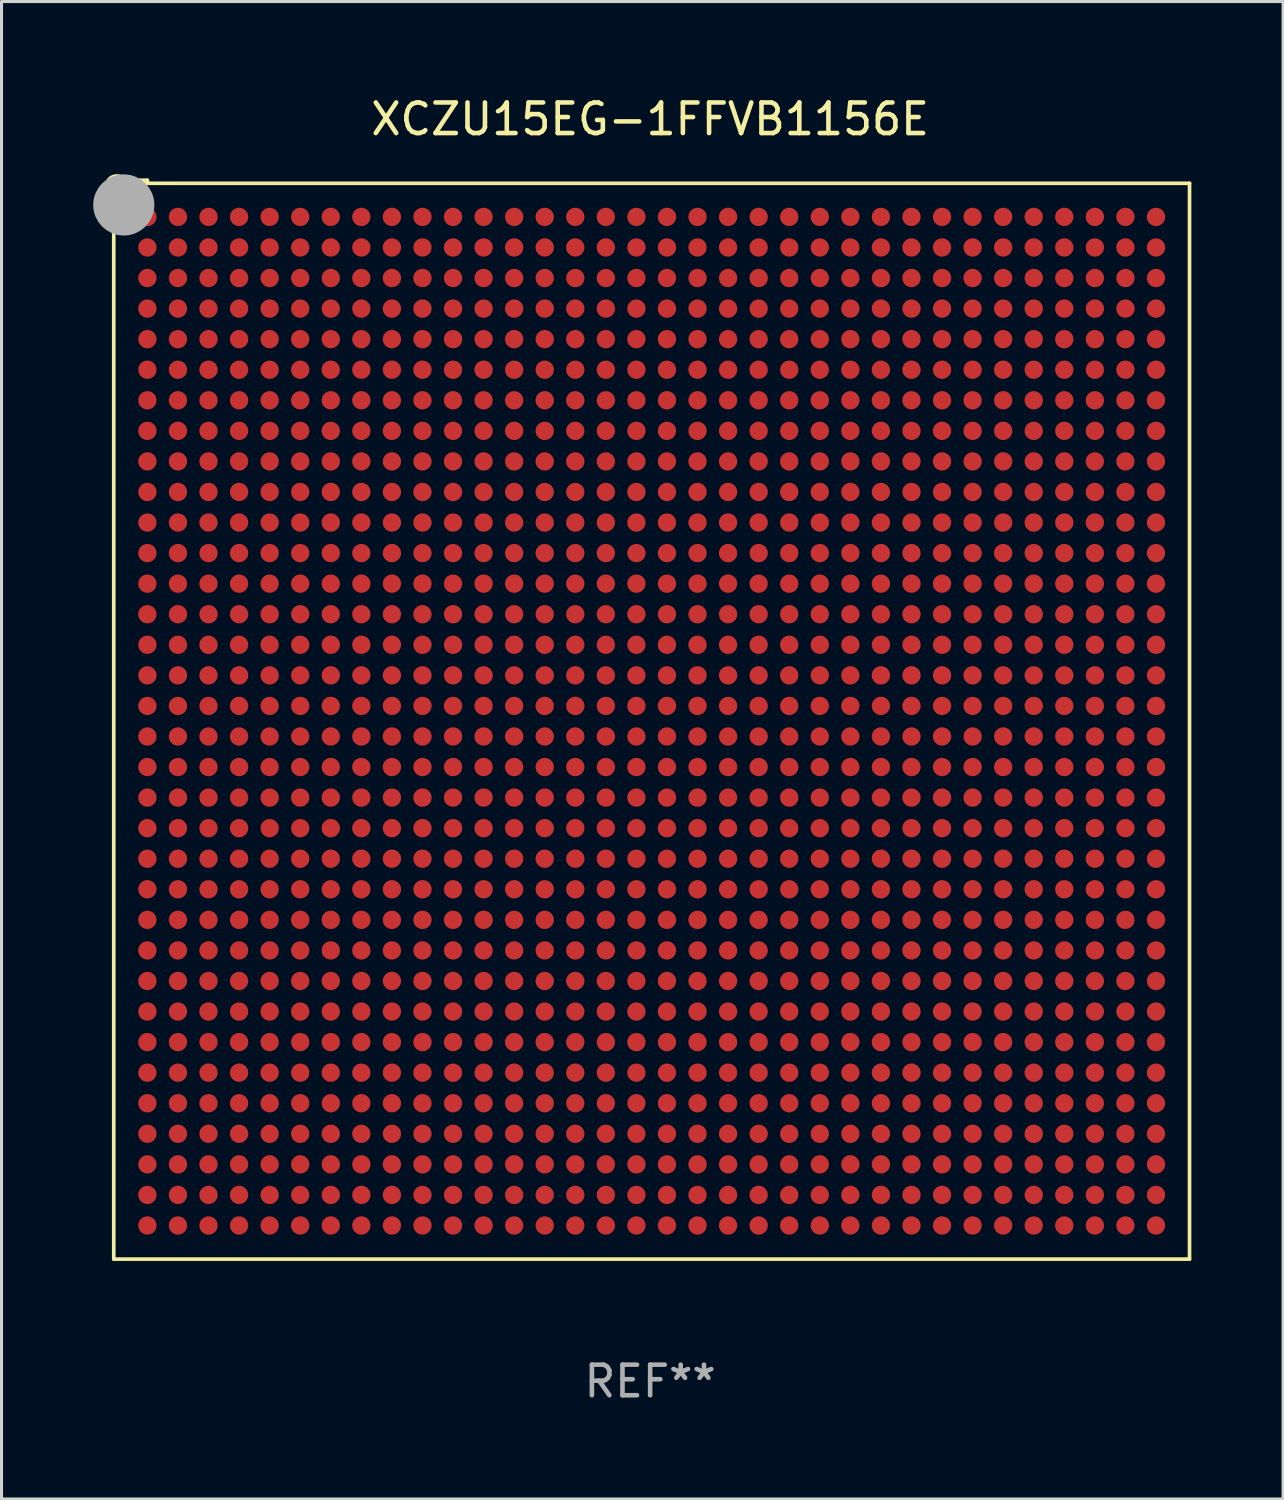
<source format=kicad_pcb>
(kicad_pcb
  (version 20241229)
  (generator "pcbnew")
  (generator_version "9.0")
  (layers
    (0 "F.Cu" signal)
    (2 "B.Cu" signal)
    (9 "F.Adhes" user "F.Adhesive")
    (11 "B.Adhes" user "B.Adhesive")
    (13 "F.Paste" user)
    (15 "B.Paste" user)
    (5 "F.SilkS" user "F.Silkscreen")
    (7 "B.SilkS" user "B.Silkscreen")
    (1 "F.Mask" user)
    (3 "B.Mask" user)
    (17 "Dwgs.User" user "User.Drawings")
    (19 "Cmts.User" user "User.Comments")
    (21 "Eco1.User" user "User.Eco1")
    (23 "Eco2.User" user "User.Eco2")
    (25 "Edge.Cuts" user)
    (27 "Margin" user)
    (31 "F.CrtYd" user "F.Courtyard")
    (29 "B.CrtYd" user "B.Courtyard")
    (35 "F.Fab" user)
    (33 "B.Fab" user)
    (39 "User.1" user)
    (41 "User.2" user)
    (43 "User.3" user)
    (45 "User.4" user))
  (footprint "XCZU15EG-1FFVB1156E"
    (layer "F.Cu")
    (at 18.222 20.497)
    (property "Reference" "XCZU15EG-1FFVB1156E" (at 0 -19.649 0) (layer "F.SilkS") (effects (font (size 1 1) (thickness 0.15))))
    (attr through_hole)
    (fp_line (start -17.649 -17.649) (end -17.649 -16.45) (stroke (width 0.12) (type solid)) (layer "F.SilkS"))
    (fp_line (start -17.649 -17.649) (end -16.45 -17.649) (stroke (width 0.12) (type solid)) (layer "F.SilkS"))
    (fp_line (start -17.649 -16.45) (end -17.55 -16.45) (stroke (width 0.12) (type solid)) (layer "F.SilkS"))
    (fp_line (start -17.55 -17.55) (end -17.649 -17.649) (stroke (width 0.12) (type solid)) (layer "F.SilkS"))
    (fp_line (start -17.55 -17.55) (end 17.649 -17.55) (stroke (width 0.12) (type solid)) (layer "F.SilkS"))
    (fp_line (start -17.55 17.649) (end -17.55 -17.55) (stroke (width 0.12) (type solid)) (layer "F.SilkS"))
    (fp_line (start -16.45 -17.649) (end -16.45 -17.55) (stroke (width 0.12) (type solid)) (layer "F.SilkS"))
    (fp_line (start 17.649 -17.55) (end 17.649 17.649) (stroke (width 0.12) (type solid)) (layer "F.SilkS"))
    (fp_line (start 17.649 17.649) (end -17.55 17.649) (stroke (width 0.12) (type solid)) (layer "F.SilkS"))
    (fp_circle (center -17.45 -17.45) (end -17.25 -17.45) (stroke (width 0.4) (type solid)) (fill no) (layer "F.SilkS"))
    (fp_circle (center -17.222 -16.841) (end -16.721 -16.841) (stroke (width 1) (type solid)) (fill no) (layer "F.Fab"))
    (fp_text user "REF**" (at 0 21.649 0) (layer "F.Fab") (effects (font (size 1 1) (thickness 0.15))))
    (pad "A1" smd circle (at -16.449 -16.45) (size 0.6 0.6) (layers "F.Cu" "F.Mask" "F.Paste"))
    (pad "A2" smd circle (at -15.449 -16.45) (size 0.6 0.6) (layers "F.Cu" "F.Mask" "F.Paste"))
    (pad "A3" smd circle (at -14.449 -16.45) (size 0.6 0.6) (layers "F.Cu" "F.Mask" "F.Paste"))
    (pad "A4" smd circle (at -13.449 -16.45) (size 0.6 0.6) (layers "F.Cu" "F.Mask" "F.Paste"))
    (pad "A5" smd circle (at -12.449 -16.45) (size 0.6 0.6) (layers "F.Cu" "F.Mask" "F.Paste"))
    (pad "A6" smd circle (at -11.449 -16.45) (size 0.6 0.6) (layers "F.Cu" "F.Mask" "F.Paste"))
    (pad "A7" smd circle (at -10.449 -16.45) (size 0.6 0.6) (layers "F.Cu" "F.Mask" "F.Paste"))
    (pad "A8" smd circle (at -9.449 -16.45) (size 0.6 0.6) (layers "F.Cu" "F.Mask" "F.Paste"))
    (pad "A9" smd circle (at -8.449 -16.45) (size 0.6 0.6) (layers "F.Cu" "F.Mask" "F.Paste"))
    (pad "A10" smd circle (at -7.449 -16.45) (size 0.6 0.6) (layers "F.Cu" "F.Mask" "F.Paste"))
    (pad "A11" smd circle (at -6.449 -16.45) (size 0.6 0.6) (layers "F.Cu" "F.Mask" "F.Paste"))
    (pad "A12" smd circle (at -5.449 -16.45) (size 0.6 0.6) (layers "F.Cu" "F.Mask" "F.Paste"))
    (pad "A13" smd circle (at -4.449 -16.45) (size 0.6 0.6) (layers "F.Cu" "F.Mask" "F.Paste"))
    (pad "A14" smd circle (at -3.449 -16.45) (size 0.6 0.6) (layers "F.Cu" "F.Mask" "F.Paste"))
    (pad "A15" smd circle (at -2.449 -16.45) (size 0.6 0.6) (layers "F.Cu" "F.Mask" "F.Paste"))
    (pad "A16" smd circle (at -1.449 -16.45) (size 0.6 0.6) (layers "F.Cu" "F.Mask" "F.Paste"))
    (pad "A17" smd circle (at -0.449 -16.45) (size 0.6 0.6) (layers "F.Cu" "F.Mask" "F.Paste"))
    (pad "A18" smd circle (at 0.551 -16.45) (size 0.6 0.6) (layers "F.Cu" "F.Mask" "F.Paste"))
    (pad "A19" smd circle (at 1.551 -16.45) (size 0.6 0.6) (layers "F.Cu" "F.Mask" "F.Paste"))
    (pad "A20" smd circle (at 2.551 -16.45) (size 0.6 0.6) (layers "F.Cu" "F.Mask" "F.Paste"))
    (pad "A21" smd circle (at 3.551 -16.45) (size 0.6 0.6) (layers "F.Cu" "F.Mask" "F.Paste"))
    (pad "A22" smd circle (at 4.551 -16.45) (size 0.6 0.6) (layers "F.Cu" "F.Mask" "F.Paste"))
    (pad "A23" smd circle (at 5.551 -16.45) (size 0.6 0.6) (layers "F.Cu" "F.Mask" "F.Paste"))
    (pad "A24" smd circle (at 6.551 -16.45) (size 0.6 0.6) (layers "F.Cu" "F.Mask" "F.Paste"))
    (pad "A25" smd circle (at 7.551 -16.45) (size 0.6 0.6) (layers "F.Cu" "F.Mask" "F.Paste"))
    (pad "A26" smd circle (at 8.551 -16.45) (size 0.6 0.6) (layers "F.Cu" "F.Mask" "F.Paste"))
    (pad "A27" smd circle (at 9.551 -16.45) (size 0.6 0.6) (layers "F.Cu" "F.Mask" "F.Paste"))
    (pad "A28" smd circle (at 10.551 -16.45) (size 0.6 0.6) (layers "F.Cu" "F.Mask" "F.Paste"))
    (pad "A29" smd circle (at 11.551 -16.45) (size 0.6 0.6) (layers "F.Cu" "F.Mask" "F.Paste"))
    (pad "A30" smd circle (at 12.551 -16.45) (size 0.6 0.6) (layers "F.Cu" "F.Mask" "F.Paste"))
    (pad "A31" smd circle (at 13.551 -16.45) (size 0.6 0.6) (layers "F.Cu" "F.Mask" "F.Paste"))
    (pad "A32" smd circle (at 14.551 -16.45) (size 0.6 0.6) (layers "F.Cu" "F.Mask" "F.Paste"))
    (pad "A33" smd circle (at 15.551 -16.45) (size 0.6 0.6) (layers "F.Cu" "F.Mask" "F.Paste"))
    (pad "A34" smd circle (at 16.551 -16.45) (size 0.6 0.6) (layers "F.Cu" "F.Mask" "F.Paste"))
    (pad "AA1" smd circle (at -16.449 3.55) (size 0.6 0.6) (layers "F.Cu" "F.Mask" "F.Paste"))
    (pad "AA2" smd circle (at -15.449 3.55) (size 0.6 0.6) (layers "F.Cu" "F.Mask" "F.Paste"))
    (pad "AA3" smd circle (at -14.449 3.55) (size 0.6 0.6) (layers "F.Cu" "F.Mask" "F.Paste"))
    (pad "AA4" smd circle (at -13.449 3.55) (size 0.6 0.6) (layers "F.Cu" "F.Mask" "F.Paste"))
    (pad "AA5" smd circle (at -12.449 3.55) (size 0.6 0.6) (layers "F.Cu" "F.Mask" "F.Paste"))
    (pad "AA6" smd circle (at -11.449 3.55) (size 0.6 0.6) (layers "F.Cu" "F.Mask" "F.Paste"))
    (pad "AA7" smd circle (at -10.449 3.55) (size 0.6 0.6) (layers "F.Cu" "F.Mask" "F.Paste"))
    (pad "AA8" smd circle (at -9.449 3.55) (size 0.6 0.6) (layers "F.Cu" "F.Mask" "F.Paste"))
    (pad "AA9" smd circle (at -8.449 3.55) (size 0.6 0.6) (layers "F.Cu" "F.Mask" "F.Paste"))
    (pad "AA10" smd circle (at -7.449 3.55) (size 0.6 0.6) (layers "F.Cu" "F.Mask" "F.Paste"))
    (pad "AA11" smd circle (at -6.449 3.55) (size 0.6 0.6) (layers "F.Cu" "F.Mask" "F.Paste"))
    (pad "AA12" smd circle (at -5.449 3.55) (size 0.6 0.6) (layers "F.Cu" "F.Mask" "F.Paste"))
    (pad "AA13" smd circle (at -4.449 3.55) (size 0.6 0.6) (layers "F.Cu" "F.Mask" "F.Paste"))
    (pad "AA14" smd circle (at -3.449 3.55) (size 0.6 0.6) (layers "F.Cu" "F.Mask" "F.Paste"))
    (pad "AA15" smd circle (at -2.449 3.55) (size 0.6 0.6) (layers "F.Cu" "F.Mask" "F.Paste"))
    (pad "AA16" smd circle (at -1.449 3.55) (size 0.6 0.6) (layers "F.Cu" "F.Mask" "F.Paste"))
    (pad "AA17" smd circle (at -0.449 3.55) (size 0.6 0.6) (layers "F.Cu" "F.Mask" "F.Paste"))
    (pad "AA18" smd circle (at 0.551 3.55) (size 0.6 0.6) (layers "F.Cu" "F.Mask" "F.Paste"))
    (pad "AA19" smd circle (at 1.551 3.55) (size 0.6 0.6) (layers "F.Cu" "F.Mask" "F.Paste"))
    (pad "AA20" smd circle (at 2.551 3.55) (size 0.6 0.6) (layers "F.Cu" "F.Mask" "F.Paste"))
    (pad "AA21" smd circle (at 3.551 3.55) (size 0.6 0.6) (layers "F.Cu" "F.Mask" "F.Paste"))
    (pad "AA22" smd circle (at 4.551 3.55) (size 0.6 0.6) (layers "F.Cu" "F.Mask" "F.Paste"))
    (pad "AA23" smd circle (at 5.551 3.55) (size 0.6 0.6) (layers "F.Cu" "F.Mask" "F.Paste"))
    (pad "AA24" smd circle (at 6.551 3.55) (size 0.6 0.6) (layers "F.Cu" "F.Mask" "F.Paste"))
    (pad "AA25" smd circle (at 7.551 3.55) (size 0.6 0.6) (layers "F.Cu" "F.Mask" "F.Paste"))
    (pad "AA26" smd circle (at 8.551 3.55) (size 0.6 0.6) (layers "F.Cu" "F.Mask" "F.Paste"))
    (pad "AA27" smd circle (at 9.551 3.55) (size 0.6 0.6) (layers "F.Cu" "F.Mask" "F.Paste"))
    (pad "AA28" smd circle (at 10.551 3.55) (size 0.6 0.6) (layers "F.Cu" "F.Mask" "F.Paste"))
    (pad "AA29" smd circle (at 11.551 3.55) (size 0.6 0.6) (layers "F.Cu" "F.Mask" "F.Paste"))
    (pad "AA30" smd circle (at 12.551 3.55) (size 0.6 0.6) (layers "F.Cu" "F.Mask" "F.Paste"))
    (pad "AA31" smd circle (at 13.551 3.55) (size 0.6 0.6) (layers "F.Cu" "F.Mask" "F.Paste"))
    (pad "AA32" smd circle (at 14.551 3.55) (size 0.6 0.6) (layers "F.Cu" "F.Mask" "F.Paste"))
    (pad "AA33" smd circle (at 15.551 3.55) (size 0.6 0.6) (layers "F.Cu" "F.Mask" "F.Paste"))
    (pad "AA34" smd circle (at 16.551 3.55) (size 0.6 0.6) (layers "F.Cu" "F.Mask" "F.Paste"))
    (pad "AB1" smd circle (at -16.449 4.55) (size 0.6 0.6) (layers "F.Cu" "F.Mask" "F.Paste"))
    (pad "AB2" smd circle (at -15.449 4.55) (size 0.6 0.6) (layers "F.Cu" "F.Mask" "F.Paste"))
    (pad "AB3" smd circle (at -14.449 4.55) (size 0.6 0.6) (layers "F.Cu" "F.Mask" "F.Paste"))
    (pad "AB4" smd circle (at -13.449 4.55) (size 0.6 0.6) (layers "F.Cu" "F.Mask" "F.Paste"))
    (pad "AB5" smd circle (at -12.449 4.55) (size 0.6 0.6) (layers "F.Cu" "F.Mask" "F.Paste"))
    (pad "AB6" smd circle (at -11.449 4.55) (size 0.6 0.6) (layers "F.Cu" "F.Mask" "F.Paste"))
    (pad "AB7" smd circle (at -10.449 4.55) (size 0.6 0.6) (layers "F.Cu" "F.Mask" "F.Paste"))
    (pad "AB8" smd circle (at -9.449 4.55) (size 0.6 0.6) (layers "F.Cu" "F.Mask" "F.Paste"))
    (pad "AB9" smd circle (at -8.449 4.55) (size 0.6 0.6) (layers "F.Cu" "F.Mask" "F.Paste"))
    (pad "AB10" smd circle (at -7.449 4.55) (size 0.6 0.6) (layers "F.Cu" "F.Mask" "F.Paste"))
    (pad "AB11" smd circle (at -6.449 4.55) (size 0.6 0.6) (layers "F.Cu" "F.Mask" "F.Paste"))
    (pad "AB12" smd circle (at -5.449 4.55) (size 0.6 0.6) (layers "F.Cu" "F.Mask" "F.Paste"))
    (pad "AB13" smd circle (at -4.449 4.55) (size 0.6 0.6) (layers "F.Cu" "F.Mask" "F.Paste"))
    (pad "AB14" smd circle (at -3.449 4.55) (size 0.6 0.6) (layers "F.Cu" "F.Mask" "F.Paste"))
    (pad "AB15" smd circle (at -2.449 4.55) (size 0.6 0.6) (layers "F.Cu" "F.Mask" "F.Paste"))
    (pad "AB16" smd circle (at -1.449 4.55) (size 0.6 0.6) (layers "F.Cu" "F.Mask" "F.Paste"))
    (pad "AB17" smd circle (at -0.449 4.55) (size 0.6 0.6) (layers "F.Cu" "F.Mask" "F.Paste"))
    (pad "AB18" smd circle (at 0.551 4.55) (size 0.6 0.6) (layers "F.Cu" "F.Mask" "F.Paste"))
    (pad "AB19" smd circle (at 1.551 4.55) (size 0.6 0.6) (layers "F.Cu" "F.Mask" "F.Paste"))
    (pad "AB20" smd circle (at 2.551 4.55) (size 0.6 0.6) (layers "F.Cu" "F.Mask" "F.Paste"))
    (pad "AB21" smd circle (at 3.551 4.55) (size 0.6 0.6) (layers "F.Cu" "F.Mask" "F.Paste"))
    (pad "AB22" smd circle (at 4.551 4.55) (size 0.6 0.6) (layers "F.Cu" "F.Mask" "F.Paste"))
    (pad "AB23" smd circle (at 5.551 4.55) (size 0.6 0.6) (layers "F.Cu" "F.Mask" "F.Paste"))
    (pad "AB24" smd circle (at 6.551 4.55) (size 0.6 0.6) (layers "F.Cu" "F.Mask" "F.Paste"))
    (pad "AB25" smd circle (at 7.551 4.55) (size 0.6 0.6) (layers "F.Cu" "F.Mask" "F.Paste"))
    (pad "AB26" smd circle (at 8.551 4.55) (size 0.6 0.6) (layers "F.Cu" "F.Mask" "F.Paste"))
    (pad "AB27" smd circle (at 9.551 4.55) (size 0.6 0.6) (layers "F.Cu" "F.Mask" "F.Paste"))
    (pad "AB28" smd circle (at 10.551 4.55) (size 0.6 0.6) (layers "F.Cu" "F.Mask" "F.Paste"))
    (pad "AB29" smd circle (at 11.551 4.55) (size 0.6 0.6) (layers "F.Cu" "F.Mask" "F.Paste"))
    (pad "AB30" smd circle (at 12.551 4.55) (size 0.6 0.6) (layers "F.Cu" "F.Mask" "F.Paste"))
    (pad "AB31" smd circle (at 13.551 4.55) (size 0.6 0.6) (layers "F.Cu" "F.Mask" "F.Paste"))
    (pad "AB32" smd circle (at 14.551 4.55) (size 0.6 0.6) (layers "F.Cu" "F.Mask" "F.Paste"))
    (pad "AB33" smd circle (at 15.551 4.55) (size 0.6 0.6) (layers "F.Cu" "F.Mask" "F.Paste"))
    (pad "AB34" smd circle (at 16.551 4.55) (size 0.6 0.6) (layers "F.Cu" "F.Mask" "F.Paste"))
    (pad "AC1" smd circle (at -16.449 5.55) (size 0.6 0.6) (layers "F.Cu" "F.Mask" "F.Paste"))
    (pad "AC2" smd circle (at -15.449 5.55) (size 0.6 0.6) (layers "F.Cu" "F.Mask" "F.Paste"))
    (pad "AC3" smd circle (at -14.449 5.55) (size 0.6 0.6) (layers "F.Cu" "F.Mask" "F.Paste"))
    (pad "AC4" smd circle (at -13.449 5.55) (size 0.6 0.6) (layers "F.Cu" "F.Mask" "F.Paste"))
    (pad "AC5" smd circle (at -12.449 5.55) (size 0.6 0.6) (layers "F.Cu" "F.Mask" "F.Paste"))
    (pad "AC6" smd circle (at -11.449 5.55) (size 0.6 0.6) (layers "F.Cu" "F.Mask" "F.Paste"))
    (pad "AC7" smd circle (at -10.449 5.55) (size 0.6 0.6) (layers "F.Cu" "F.Mask" "F.Paste"))
    (pad "AC8" smd circle (at -9.449 5.55) (size 0.6 0.6) (layers "F.Cu" "F.Mask" "F.Paste"))
    (pad "AC9" smd circle (at -8.449 5.55) (size 0.6 0.6) (layers "F.Cu" "F.Mask" "F.Paste"))
    (pad "AC10" smd circle (at -7.449 5.55) (size 0.6 0.6) (layers "F.Cu" "F.Mask" "F.Paste"))
    (pad "AC11" smd circle (at -6.449 5.55) (size 0.6 0.6) (layers "F.Cu" "F.Mask" "F.Paste"))
    (pad "AC12" smd circle (at -5.449 5.55) (size 0.6 0.6) (layers "F.Cu" "F.Mask" "F.Paste"))
    (pad "AC13" smd circle (at -4.449 5.55) (size 0.6 0.6) (layers "F.Cu" "F.Mask" "F.Paste"))
    (pad "AC14" smd circle (at -3.449 5.55) (size 0.6 0.6) (layers "F.Cu" "F.Mask" "F.Paste"))
    (pad "AC15" smd circle (at -2.449 5.55) (size 0.6 0.6) (layers "F.Cu" "F.Mask" "F.Paste"))
    (pad "AC16" smd circle (at -1.449 5.55) (size 0.6 0.6) (layers "F.Cu" "F.Mask" "F.Paste"))
    (pad "AC17" smd circle (at -0.449 5.55) (size 0.6 0.6) (layers "F.Cu" "F.Mask" "F.Paste"))
    (pad "AC18" smd circle (at 0.551 5.55) (size 0.6 0.6) (layers "F.Cu" "F.Mask" "F.Paste"))
    (pad "AC19" smd circle (at 1.551 5.55) (size 0.6 0.6) (layers "F.Cu" "F.Mask" "F.Paste"))
    (pad "AC20" smd circle (at 2.551 5.55) (size 0.6 0.6) (layers "F.Cu" "F.Mask" "F.Paste"))
    (pad "AC21" smd circle (at 3.551 5.55) (size 0.6 0.6) (layers "F.Cu" "F.Mask" "F.Paste"))
    (pad "AC22" smd circle (at 4.551 5.55) (size 0.6 0.6) (layers "F.Cu" "F.Mask" "F.Paste"))
    (pad "AC23" smd circle (at 5.551 5.55) (size 0.6 0.6) (layers "F.Cu" "F.Mask" "F.Paste"))
    (pad "AC24" smd circle (at 6.551 5.55) (size 0.6 0.6) (layers "F.Cu" "F.Mask" "F.Paste"))
    (pad "AC25" smd circle (at 7.551 5.55) (size 0.6 0.6) (layers "F.Cu" "F.Mask" "F.Paste"))
    (pad "AC26" smd circle (at 8.551 5.55) (size 0.6 0.6) (layers "F.Cu" "F.Mask" "F.Paste"))
    (pad "AC27" smd circle (at 9.551 5.55) (size 0.6 0.6) (layers "F.Cu" "F.Mask" "F.Paste"))
    (pad "AC28" smd circle (at 10.551 5.55) (size 0.6 0.6) (layers "F.Cu" "F.Mask" "F.Paste"))
    (pad "AC29" smd circle (at 11.551 5.55) (size 0.6 0.6) (layers "F.Cu" "F.Mask" "F.Paste"))
    (pad "AC30" smd circle (at 12.551 5.55) (size 0.6 0.6) (layers "F.Cu" "F.Mask" "F.Paste"))
    (pad "AC31" smd circle (at 13.551 5.55) (size 0.6 0.6) (layers "F.Cu" "F.Mask" "F.Paste"))
    (pad "AC32" smd circle (at 14.551 5.55) (size 0.6 0.6) (layers "F.Cu" "F.Mask" "F.Paste"))
    (pad "AC33" smd circle (at 15.551 5.55) (size 0.6 0.6) (layers "F.Cu" "F.Mask" "F.Paste"))
    (pad "AC34" smd circle (at 16.551 5.55) (size 0.6 0.6) (layers "F.Cu" "F.Mask" "F.Paste"))
    (pad "AD1" smd circle (at -16.449 6.55) (size 0.6 0.6) (layers "F.Cu" "F.Mask" "F.Paste"))
    (pad "AD2" smd circle (at -15.449 6.55) (size 0.6 0.6) (layers "F.Cu" "F.Mask" "F.Paste"))
    (pad "AD3" smd circle (at -14.449 6.55) (size 0.6 0.6) (layers "F.Cu" "F.Mask" "F.Paste"))
    (pad "AD4" smd circle (at -13.449 6.55) (size 0.6 0.6) (layers "F.Cu" "F.Mask" "F.Paste"))
    (pad "AD5" smd circle (at -12.449 6.55) (size 0.6 0.6) (layers "F.Cu" "F.Mask" "F.Paste"))
    (pad "AD6" smd circle (at -11.449 6.55) (size 0.6 0.6) (layers "F.Cu" "F.Mask" "F.Paste"))
    (pad "AD7" smd circle (at -10.449 6.55) (size 0.6 0.6) (layers "F.Cu" "F.Mask" "F.Paste"))
    (pad "AD8" smd circle (at -9.449 6.55) (size 0.6 0.6) (layers "F.Cu" "F.Mask" "F.Paste"))
    (pad "AD9" smd circle (at -8.449 6.55) (size 0.6 0.6) (layers "F.Cu" "F.Mask" "F.Paste"))
    (pad "AD10" smd circle (at -7.449 6.55) (size 0.6 0.6) (layers "F.Cu" "F.Mask" "F.Paste"))
    (pad "AD11" smd circle (at -6.449 6.55) (size 0.6 0.6) (layers "F.Cu" "F.Mask" "F.Paste"))
    (pad "AD12" smd circle (at -5.449 6.55) (size 0.6 0.6) (layers "F.Cu" "F.Mask" "F.Paste"))
    (pad "AD13" smd circle (at -4.449 6.55) (size 0.6 0.6) (layers "F.Cu" "F.Mask" "F.Paste"))
    (pad "AD14" smd circle (at -3.449 6.55) (size 0.6 0.6) (layers "F.Cu" "F.Mask" "F.Paste"))
    (pad "AD15" smd circle (at -2.449 6.55) (size 0.6 0.6) (layers "F.Cu" "F.Mask" "F.Paste"))
    (pad "AD16" smd circle (at -1.449 6.55) (size 0.6 0.6) (layers "F.Cu" "F.Mask" "F.Paste"))
    (pad "AD17" smd circle (at -0.449 6.55) (size 0.6 0.6) (layers "F.Cu" "F.Mask" "F.Paste"))
    (pad "AD18" smd circle (at 0.551 6.55) (size 0.6 0.6) (layers "F.Cu" "F.Mask" "F.Paste"))
    (pad "AD19" smd circle (at 1.551 6.55) (size 0.6 0.6) (layers "F.Cu" "F.Mask" "F.Paste"))
    (pad "AD20" smd circle (at 2.551 6.55) (size 0.6 0.6) (layers "F.Cu" "F.Mask" "F.Paste"))
    (pad "AD21" smd circle (at 3.551 6.55) (size 0.6 0.6) (layers "F.Cu" "F.Mask" "F.Paste"))
    (pad "AD22" smd circle (at 4.551 6.55) (size 0.6 0.6) (layers "F.Cu" "F.Mask" "F.Paste"))
    (pad "AD23" smd circle (at 5.551 6.55) (size 0.6 0.6) (layers "F.Cu" "F.Mask" "F.Paste"))
    (pad "AD24" smd circle (at 6.551 6.55) (size 0.6 0.6) (layers "F.Cu" "F.Mask" "F.Paste"))
    (pad "AD25" smd circle (at 7.551 6.55) (size 0.6 0.6) (layers "F.Cu" "F.Mask" "F.Paste"))
    (pad "AD26" smd circle (at 8.551 6.55) (size 0.6 0.6) (layers "F.Cu" "F.Mask" "F.Paste"))
    (pad "AD27" smd circle (at 9.551 6.55) (size 0.6 0.6) (layers "F.Cu" "F.Mask" "F.Paste"))
    (pad "AD28" smd circle (at 10.551 6.55) (size 0.6 0.6) (layers "F.Cu" "F.Mask" "F.Paste"))
    (pad "AD29" smd circle (at 11.551 6.55) (size 0.6 0.6) (layers "F.Cu" "F.Mask" "F.Paste"))
    (pad "AD30" smd circle (at 12.551 6.55) (size 0.6 0.6) (layers "F.Cu" "F.Mask" "F.Paste"))
    (pad "AD31" smd circle (at 13.551 6.55) (size 0.6 0.6) (layers "F.Cu" "F.Mask" "F.Paste"))
    (pad "AD32" smd circle (at 14.551 6.55) (size 0.6 0.6) (layers "F.Cu" "F.Mask" "F.Paste"))
    (pad "AD33" smd circle (at 15.551 6.55) (size 0.6 0.6) (layers "F.Cu" "F.Mask" "F.Paste"))
    (pad "AD34" smd circle (at 16.551 6.55) (size 0.6 0.6) (layers "F.Cu" "F.Mask" "F.Paste"))
    (pad "AE1" smd circle (at -16.449 7.55) (size 0.6 0.6) (layers "F.Cu" "F.Mask" "F.Paste"))
    (pad "AE2" smd circle (at -15.449 7.55) (size 0.6 0.6) (layers "F.Cu" "F.Mask" "F.Paste"))
    (pad "AE3" smd circle (at -14.449 7.55) (size 0.6 0.6) (layers "F.Cu" "F.Mask" "F.Paste"))
    (pad "AE4" smd circle (at -13.449 7.55) (size 0.6 0.6) (layers "F.Cu" "F.Mask" "F.Paste"))
    (pad "AE5" smd circle (at -12.449 7.55) (size 0.6 0.6) (layers "F.Cu" "F.Mask" "F.Paste"))
    (pad "AE6" smd circle (at -11.449 7.55) (size 0.6 0.6) (layers "F.Cu" "F.Mask" "F.Paste"))
    (pad "AE7" smd circle (at -10.449 7.55) (size 0.6 0.6) (layers "F.Cu" "F.Mask" "F.Paste"))
    (pad "AE8" smd circle (at -9.449 7.55) (size 0.6 0.6) (layers "F.Cu" "F.Mask" "F.Paste"))
    (pad "AE9" smd circle (at -8.449 7.55) (size 0.6 0.6) (layers "F.Cu" "F.Mask" "F.Paste"))
    (pad "AE10" smd circle (at -7.449 7.55) (size 0.6 0.6) (layers "F.Cu" "F.Mask" "F.Paste"))
    (pad "AE11" smd circle (at -6.449 7.55) (size 0.6 0.6) (layers "F.Cu" "F.Mask" "F.Paste"))
    (pad "AE12" smd circle (at -5.449 7.55) (size 0.6 0.6) (layers "F.Cu" "F.Mask" "F.Paste"))
    (pad "AE13" smd circle (at -4.449 7.55) (size 0.6 0.6) (layers "F.Cu" "F.Mask" "F.Paste"))
    (pad "AE14" smd circle (at -3.449 7.55) (size 0.6 0.6) (layers "F.Cu" "F.Mask" "F.Paste"))
    (pad "AE15" smd circle (at -2.449 7.55) (size 0.6 0.6) (layers "F.Cu" "F.Mask" "F.Paste"))
    (pad "AE16" smd circle (at -1.449 7.55) (size 0.6 0.6) (layers "F.Cu" "F.Mask" "F.Paste"))
    (pad "AE17" smd circle (at -0.449 7.55) (size 0.6 0.6) (layers "F.Cu" "F.Mask" "F.Paste"))
    (pad "AE18" smd circle (at 0.551 7.55) (size 0.6 0.6) (layers "F.Cu" "F.Mask" "F.Paste"))
    (pad "AE19" smd circle (at 1.551 7.55) (size 0.6 0.6) (layers "F.Cu" "F.Mask" "F.Paste"))
    (pad "AE20" smd circle (at 2.551 7.55) (size 0.6 0.6) (layers "F.Cu" "F.Mask" "F.Paste"))
    (pad "AE21" smd circle (at 3.551 7.55) (size 0.6 0.6) (layers "F.Cu" "F.Mask" "F.Paste"))
    (pad "AE22" smd circle (at 4.551 7.55) (size 0.6 0.6) (layers "F.Cu" "F.Mask" "F.Paste"))
    (pad "AE23" smd circle (at 5.551 7.55) (size 0.6 0.6) (layers "F.Cu" "F.Mask" "F.Paste"))
    (pad "AE24" smd circle (at 6.551 7.55) (size 0.6 0.6) (layers "F.Cu" "F.Mask" "F.Paste"))
    (pad "AE25" smd circle (at 7.551 7.55) (size 0.6 0.6) (layers "F.Cu" "F.Mask" "F.Paste"))
    (pad "AE26" smd circle (at 8.551 7.55) (size 0.6 0.6) (layers "F.Cu" "F.Mask" "F.Paste"))
    (pad "AE27" smd circle (at 9.551 7.55) (size 0.6 0.6) (layers "F.Cu" "F.Mask" "F.Paste"))
    (pad "AE28" smd circle (at 10.551 7.55) (size 0.6 0.6) (layers "F.Cu" "F.Mask" "F.Paste"))
    (pad "AE29" smd circle (at 11.551 7.55) (size 0.6 0.6) (layers "F.Cu" "F.Mask" "F.Paste"))
    (pad "AE30" smd circle (at 12.551 7.55) (size 0.6 0.6) (layers "F.Cu" "F.Mask" "F.Paste"))
    (pad "AE31" smd circle (at 13.551 7.55) (size 0.6 0.6) (layers "F.Cu" "F.Mask" "F.Paste"))
    (pad "AE32" smd circle (at 14.551 7.55) (size 0.6 0.6) (layers "F.Cu" "F.Mask" "F.Paste"))
    (pad "AE33" smd circle (at 15.551 7.55) (size 0.6 0.6) (layers "F.Cu" "F.Mask" "F.Paste"))
    (pad "AE34" smd circle (at 16.551 7.55) (size 0.6 0.6) (layers "F.Cu" "F.Mask" "F.Paste"))
    (pad "AF1" smd circle (at -16.449 8.55) (size 0.6 0.6) (layers "F.Cu" "F.Mask" "F.Paste"))
    (pad "AF2" smd circle (at -15.449 8.55) (size 0.6 0.6) (layers "F.Cu" "F.Mask" "F.Paste"))
    (pad "AF3" smd circle (at -14.449 8.55) (size 0.6 0.6) (layers "F.Cu" "F.Mask" "F.Paste"))
    (pad "AF4" smd circle (at -13.449 8.55) (size 0.6 0.6) (layers "F.Cu" "F.Mask" "F.Paste"))
    (pad "AF5" smd circle (at -12.449 8.55) (size 0.6 0.6) (layers "F.Cu" "F.Mask" "F.Paste"))
    (pad "AF6" smd circle (at -11.449 8.55) (size 0.6 0.6) (layers "F.Cu" "F.Mask" "F.Paste"))
    (pad "AF7" smd circle (at -10.449 8.55) (size 0.6 0.6) (layers "F.Cu" "F.Mask" "F.Paste"))
    (pad "AF8" smd circle (at -9.449 8.55) (size 0.6 0.6) (layers "F.Cu" "F.Mask" "F.Paste"))
    (pad "AF9" smd circle (at -8.449 8.55) (size 0.6 0.6) (layers "F.Cu" "F.Mask" "F.Paste"))
    (pad "AF10" smd circle (at -7.449 8.55) (size 0.6 0.6) (layers "F.Cu" "F.Mask" "F.Paste"))
    (pad "AF11" smd circle (at -6.449 8.55) (size 0.6 0.6) (layers "F.Cu" "F.Mask" "F.Paste"))
    (pad "AF12" smd circle (at -5.449 8.55) (size 0.6 0.6) (layers "F.Cu" "F.Mask" "F.Paste"))
    (pad "AF13" smd circle (at -4.449 8.55) (size 0.6 0.6) (layers "F.Cu" "F.Mask" "F.Paste"))
    (pad "AF14" smd circle (at -3.449 8.55) (size 0.6 0.6) (layers "F.Cu" "F.Mask" "F.Paste"))
    (pad "AF15" smd circle (at -2.449 8.55) (size 0.6 0.6) (layers "F.Cu" "F.Mask" "F.Paste"))
    (pad "AF16" smd circle (at -1.449 8.55) (size 0.6 0.6) (layers "F.Cu" "F.Mask" "F.Paste"))
    (pad "AF17" smd circle (at -0.449 8.55) (size 0.6 0.6) (layers "F.Cu" "F.Mask" "F.Paste"))
    (pad "AF18" smd circle (at 0.551 8.55) (size 0.6 0.6) (layers "F.Cu" "F.Mask" "F.Paste"))
    (pad "AF19" smd circle (at 1.551 8.55) (size 0.6 0.6) (layers "F.Cu" "F.Mask" "F.Paste"))
    (pad "AF20" smd circle (at 2.551 8.55) (size 0.6 0.6) (layers "F.Cu" "F.Mask" "F.Paste"))
    (pad "AF21" smd circle (at 3.551 8.55) (size 0.6 0.6) (layers "F.Cu" "F.Mask" "F.Paste"))
    (pad "AF22" smd circle (at 4.551 8.55) (size 0.6 0.6) (layers "F.Cu" "F.Mask" "F.Paste"))
    (pad "AF23" smd circle (at 5.551 8.55) (size 0.6 0.6) (layers "F.Cu" "F.Mask" "F.Paste"))
    (pad "AF24" smd circle (at 6.551 8.55) (size 0.6 0.6) (layers "F.Cu" "F.Mask" "F.Paste"))
    (pad "AF25" smd circle (at 7.551 8.55) (size 0.6 0.6) (layers "F.Cu" "F.Mask" "F.Paste"))
    (pad "AF26" smd circle (at 8.551 8.55) (size 0.6 0.6) (layers "F.Cu" "F.Mask" "F.Paste"))
    (pad "AF27" smd circle (at 9.551 8.55) (size 0.6 0.6) (layers "F.Cu" "F.Mask" "F.Paste"))
    (pad "AF28" smd circle (at 10.551 8.55) (size 0.6 0.6) (layers "F.Cu" "F.Mask" "F.Paste"))
    (pad "AF29" smd circle (at 11.551 8.55) (size 0.6 0.6) (layers "F.Cu" "F.Mask" "F.Paste"))
    (pad "AF30" smd circle (at 12.551 8.55) (size 0.6 0.6) (layers "F.Cu" "F.Mask" "F.Paste"))
    (pad "AF31" smd circle (at 13.551 8.55) (size 0.6 0.6) (layers "F.Cu" "F.Mask" "F.Paste"))
    (pad "AF32" smd circle (at 14.551 8.55) (size 0.6 0.6) (layers "F.Cu" "F.Mask" "F.Paste"))
    (pad "AF33" smd circle (at 15.551 8.55) (size 0.6 0.6) (layers "F.Cu" "F.Mask" "F.Paste"))
    (pad "AF34" smd circle (at 16.551 8.55) (size 0.6 0.6) (layers "F.Cu" "F.Mask" "F.Paste"))
    (pad "AG1" smd circle (at -16.449 9.55) (size 0.6 0.6) (layers "F.Cu" "F.Mask" "F.Paste"))
    (pad "AG2" smd circle (at -15.449 9.55) (size 0.6 0.6) (layers "F.Cu" "F.Mask" "F.Paste"))
    (pad "AG3" smd circle (at -14.449 9.55) (size 0.6 0.6) (layers "F.Cu" "F.Mask" "F.Paste"))
    (pad "AG4" smd circle (at -13.449 9.55) (size 0.6 0.6) (layers "F.Cu" "F.Mask" "F.Paste"))
    (pad "AG5" smd circle (at -12.449 9.55) (size 0.6 0.6) (layers "F.Cu" "F.Mask" "F.Paste"))
    (pad "AG6" smd circle (at -11.449 9.55) (size 0.6 0.6) (layers "F.Cu" "F.Mask" "F.Paste"))
    (pad "AG7" smd circle (at -10.449 9.55) (size 0.6 0.6) (layers "F.Cu" "F.Mask" "F.Paste"))
    (pad "AG8" smd circle (at -9.449 9.55) (size 0.6 0.6) (layers "F.Cu" "F.Mask" "F.Paste"))
    (pad "AG9" smd circle (at -8.449 9.55) (size 0.6 0.6) (layers "F.Cu" "F.Mask" "F.Paste"))
    (pad "AG10" smd circle (at -7.449 9.55) (size 0.6 0.6) (layers "F.Cu" "F.Mask" "F.Paste"))
    (pad "AG11" smd circle (at -6.449 9.55) (size 0.6 0.6) (layers "F.Cu" "F.Mask" "F.Paste"))
    (pad "AG12" smd circle (at -5.449 9.55) (size 0.6 0.6) (layers "F.Cu" "F.Mask" "F.Paste"))
    (pad "AG13" smd circle (at -4.449 9.55) (size 0.6 0.6) (layers "F.Cu" "F.Mask" "F.Paste"))
    (pad "AG14" smd circle (at -3.449 9.55) (size 0.6 0.6) (layers "F.Cu" "F.Mask" "F.Paste"))
    (pad "AG15" smd circle (at -2.449 9.55) (size 0.6 0.6) (layers "F.Cu" "F.Mask" "F.Paste"))
    (pad "AG16" smd circle (at -1.449 9.55) (size 0.6 0.6) (layers "F.Cu" "F.Mask" "F.Paste"))
    (pad "AG17" smd circle (at -0.449 9.55) (size 0.6 0.6) (layers "F.Cu" "F.Mask" "F.Paste"))
    (pad "AG18" smd circle (at 0.551 9.55) (size 0.6 0.6) (layers "F.Cu" "F.Mask" "F.Paste"))
    (pad "AG19" smd circle (at 1.551 9.55) (size 0.6 0.6) (layers "F.Cu" "F.Mask" "F.Paste"))
    (pad "AG20" smd circle (at 2.551 9.55) (size 0.6 0.6) (layers "F.Cu" "F.Mask" "F.Paste"))
    (pad "AG21" smd circle (at 3.551 9.55) (size 0.6 0.6) (layers "F.Cu" "F.Mask" "F.Paste"))
    (pad "AG22" smd circle (at 4.551 9.55) (size 0.6 0.6) (layers "F.Cu" "F.Mask" "F.Paste"))
    (pad "AG23" smd circle (at 5.551 9.55) (size 0.6 0.6) (layers "F.Cu" "F.Mask" "F.Paste"))
    (pad "AG24" smd circle (at 6.551 9.55) (size 0.6 0.6) (layers "F.Cu" "F.Mask" "F.Paste"))
    (pad "AG25" smd circle (at 7.551 9.55) (size 0.6 0.6) (layers "F.Cu" "F.Mask" "F.Paste"))
    (pad "AG26" smd circle (at 8.551 9.55) (size 0.6 0.6) (layers "F.Cu" "F.Mask" "F.Paste"))
    (pad "AG27" smd circle (at 9.551 9.55) (size 0.6 0.6) (layers "F.Cu" "F.Mask" "F.Paste"))
    (pad "AG28" smd circle (at 10.551 9.55) (size 0.6 0.6) (layers "F.Cu" "F.Mask" "F.Paste"))
    (pad "AG29" smd circle (at 11.551 9.55) (size 0.6 0.6) (layers "F.Cu" "F.Mask" "F.Paste"))
    (pad "AG30" smd circle (at 12.551 9.55) (size 0.6 0.6) (layers "F.Cu" "F.Mask" "F.Paste"))
    (pad "AG31" smd circle (at 13.551 9.55) (size 0.6 0.6) (layers "F.Cu" "F.Mask" "F.Paste"))
    (pad "AG32" smd circle (at 14.551 9.55) (size 0.6 0.6) (layers "F.Cu" "F.Mask" "F.Paste"))
    (pad "AG33" smd circle (at 15.551 9.55) (size 0.6 0.6) (layers "F.Cu" "F.Mask" "F.Paste"))
    (pad "AG34" smd circle (at 16.551 9.55) (size 0.6 0.6) (layers "F.Cu" "F.Mask" "F.Paste"))
    (pad "AH1" smd circle (at -16.449 10.55) (size 0.6 0.6) (layers "F.Cu" "F.Mask" "F.Paste"))
    (pad "AH2" smd circle (at -15.449 10.55) (size 0.6 0.6) (layers "F.Cu" "F.Mask" "F.Paste"))
    (pad "AH3" smd circle (at -14.449 10.55) (size 0.6 0.6) (layers "F.Cu" "F.Mask" "F.Paste"))
    (pad "AH4" smd circle (at -13.449 10.55) (size 0.6 0.6) (layers "F.Cu" "F.Mask" "F.Paste"))
    (pad "AH5" smd circle (at -12.449 10.55) (size 0.6 0.6) (layers "F.Cu" "F.Mask" "F.Paste"))
    (pad "AH6" smd circle (at -11.449 10.55) (size 0.6 0.6) (layers "F.Cu" "F.Mask" "F.Paste"))
    (pad "AH7" smd circle (at -10.449 10.55) (size 0.6 0.6) (layers "F.Cu" "F.Mask" "F.Paste"))
    (pad "AH8" smd circle (at -9.449 10.55) (size 0.6 0.6) (layers "F.Cu" "F.Mask" "F.Paste"))
    (pad "AH9" smd circle (at -8.449 10.55) (size 0.6 0.6) (layers "F.Cu" "F.Mask" "F.Paste"))
    (pad "AH10" smd circle (at -7.449 10.55) (size 0.6 0.6) (layers "F.Cu" "F.Mask" "F.Paste"))
    (pad "AH11" smd circle (at -6.449 10.55) (size 0.6 0.6) (layers "F.Cu" "F.Mask" "F.Paste"))
    (pad "AH12" smd circle (at -5.449 10.55) (size 0.6 0.6) (layers "F.Cu" "F.Mask" "F.Paste"))
    (pad "AH13" smd circle (at -4.449 10.55) (size 0.6 0.6) (layers "F.Cu" "F.Mask" "F.Paste"))
    (pad "AH14" smd circle (at -3.449 10.55) (size 0.6 0.6) (layers "F.Cu" "F.Mask" "F.Paste"))
    (pad "AH15" smd circle (at -2.449 10.55) (size 0.6 0.6) (layers "F.Cu" "F.Mask" "F.Paste"))
    (pad "AH16" smd circle (at -1.449 10.55) (size 0.6 0.6) (layers "F.Cu" "F.Mask" "F.Paste"))
    (pad "AH17" smd circle (at -0.449 10.55) (size 0.6 0.6) (layers "F.Cu" "F.Mask" "F.Paste"))
    (pad "AH18" smd circle (at 0.551 10.55) (size 0.6 0.6) (layers "F.Cu" "F.Mask" "F.Paste"))
    (pad "AH19" smd circle (at 1.551 10.55) (size 0.6 0.6) (layers "F.Cu" "F.Mask" "F.Paste"))
    (pad "AH20" smd circle (at 2.551 10.55) (size 0.6 0.6) (layers "F.Cu" "F.Mask" "F.Paste"))
    (pad "AH21" smd circle (at 3.551 10.55) (size 0.6 0.6) (layers "F.Cu" "F.Mask" "F.Paste"))
    (pad "AH22" smd circle (at 4.551 10.55) (size 0.6 0.6) (layers "F.Cu" "F.Mask" "F.Paste"))
    (pad "AH23" smd circle (at 5.551 10.55) (size 0.6 0.6) (layers "F.Cu" "F.Mask" "F.Paste"))
    (pad "AH24" smd circle (at 6.551 10.55) (size 0.6 0.6) (layers "F.Cu" "F.Mask" "F.Paste"))
    (pad "AH25" smd circle (at 7.551 10.55) (size 0.6 0.6) (layers "F.Cu" "F.Mask" "F.Paste"))
    (pad "AH26" smd circle (at 8.551 10.55) (size 0.6 0.6) (layers "F.Cu" "F.Mask" "F.Paste"))
    (pad "AH27" smd circle (at 9.551 10.55) (size 0.6 0.6) (layers "F.Cu" "F.Mask" "F.Paste"))
    (pad "AH28" smd circle (at 10.551 10.55) (size 0.6 0.6) (layers "F.Cu" "F.Mask" "F.Paste"))
    (pad "AH29" smd circle (at 11.551 10.55) (size 0.6 0.6) (layers "F.Cu" "F.Mask" "F.Paste"))
    (pad "AH30" smd circle (at 12.551 10.55) (size 0.6 0.6) (layers "F.Cu" "F.Mask" "F.Paste"))
    (pad "AH31" smd circle (at 13.551 10.55) (size 0.6 0.6) (layers "F.Cu" "F.Mask" "F.Paste"))
    (pad "AH32" smd circle (at 14.551 10.55) (size 0.6 0.6) (layers "F.Cu" "F.Mask" "F.Paste"))
    (pad "AH33" smd circle (at 15.551 10.55) (size 0.6 0.6) (layers "F.Cu" "F.Mask" "F.Paste"))
    (pad "AH34" smd circle (at 16.551 10.55) (size 0.6 0.6) (layers "F.Cu" "F.Mask" "F.Paste"))
    (pad "AJ1" smd circle (at -16.449 11.55) (size 0.6 0.6) (layers "F.Cu" "F.Mask" "F.Paste"))
    (pad "AJ2" smd circle (at -15.449 11.55) (size 0.6 0.6) (layers "F.Cu" "F.Mask" "F.Paste"))
    (pad "AJ3" smd circle (at -14.449 11.55) (size 0.6 0.6) (layers "F.Cu" "F.Mask" "F.Paste"))
    (pad "AJ4" smd circle (at -13.449 11.55) (size 0.6 0.6) (layers "F.Cu" "F.Mask" "F.Paste"))
    (pad "AJ5" smd circle (at -12.449 11.55) (size 0.6 0.6) (layers "F.Cu" "F.Mask" "F.Paste"))
    (pad "AJ6" smd circle (at -11.449 11.55) (size 0.6 0.6) (layers "F.Cu" "F.Mask" "F.Paste"))
    (pad "AJ7" smd circle (at -10.449 11.55) (size 0.6 0.6) (layers "F.Cu" "F.Mask" "F.Paste"))
    (pad "AJ8" smd circle (at -9.449 11.55) (size 0.6 0.6) (layers "F.Cu" "F.Mask" "F.Paste"))
    (pad "AJ9" smd circle (at -8.449 11.55) (size 0.6 0.6) (layers "F.Cu" "F.Mask" "F.Paste"))
    (pad "AJ10" smd circle (at -7.449 11.55) (size 0.6 0.6) (layers "F.Cu" "F.Mask" "F.Paste"))
    (pad "AJ11" smd circle (at -6.449 11.55) (size 0.6 0.6) (layers "F.Cu" "F.Mask" "F.Paste"))
    (pad "AJ12" smd circle (at -5.449 11.55) (size 0.6 0.6) (layers "F.Cu" "F.Mask" "F.Paste"))
    (pad "AJ13" smd circle (at -4.449 11.55) (size 0.6 0.6) (layers "F.Cu" "F.Mask" "F.Paste"))
    (pad "AJ14" smd circle (at -3.449 11.55) (size 0.6 0.6) (layers "F.Cu" "F.Mask" "F.Paste"))
    (pad "AJ15" smd circle (at -2.449 11.55) (size 0.6 0.6) (layers "F.Cu" "F.Mask" "F.Paste"))
    (pad "AJ16" smd circle (at -1.449 11.55) (size 0.6 0.6) (layers "F.Cu" "F.Mask" "F.Paste"))
    (pad "AJ17" smd circle (at -0.449 11.55) (size 0.6 0.6) (layers "F.Cu" "F.Mask" "F.Paste"))
    (pad "AJ18" smd circle (at 0.551 11.55) (size 0.6 0.6) (layers "F.Cu" "F.Mask" "F.Paste"))
    (pad "AJ19" smd circle (at 1.551 11.55) (size 0.6 0.6) (layers "F.Cu" "F.Mask" "F.Paste"))
    (pad "AJ20" smd circle (at 2.551 11.55) (size 0.6 0.6) (layers "F.Cu" "F.Mask" "F.Paste"))
    (pad "AJ21" smd circle (at 3.551 11.55) (size 0.6 0.6) (layers "F.Cu" "F.Mask" "F.Paste"))
    (pad "AJ22" smd circle (at 4.551 11.55) (size 0.6 0.6) (layers "F.Cu" "F.Mask" "F.Paste"))
    (pad "AJ23" smd circle (at 5.551 11.55) (size 0.6 0.6) (layers "F.Cu" "F.Mask" "F.Paste"))
    (pad "AJ24" smd circle (at 6.551 11.55) (size 0.6 0.6) (layers "F.Cu" "F.Mask" "F.Paste"))
    (pad "AJ25" smd circle (at 7.551 11.55) (size 0.6 0.6) (layers "F.Cu" "F.Mask" "F.Paste"))
    (pad "AJ26" smd circle (at 8.551 11.55) (size 0.6 0.6) (layers "F.Cu" "F.Mask" "F.Paste"))
    (pad "AJ27" smd circle (at 9.551 11.55) (size 0.6 0.6) (layers "F.Cu" "F.Mask" "F.Paste"))
    (pad "AJ28" smd circle (at 10.551 11.55) (size 0.6 0.6) (layers "F.Cu" "F.Mask" "F.Paste"))
    (pad "AJ29" smd circle (at 11.551 11.55) (size 0.6 0.6) (layers "F.Cu" "F.Mask" "F.Paste"))
    (pad "AJ30" smd circle (at 12.551 11.55) (size 0.6 0.6) (layers "F.Cu" "F.Mask" "F.Paste"))
    (pad "AJ31" smd circle (at 13.551 11.55) (size 0.6 0.6) (layers "F.Cu" "F.Mask" "F.Paste"))
    (pad "AJ32" smd circle (at 14.551 11.55) (size 0.6 0.6) (layers "F.Cu" "F.Mask" "F.Paste"))
    (pad "AJ33" smd circle (at 15.551 11.55) (size 0.6 0.6) (layers "F.Cu" "F.Mask" "F.Paste"))
    (pad "AJ34" smd circle (at 16.551 11.55) (size 0.6 0.6) (layers "F.Cu" "F.Mask" "F.Paste"))
    (pad "AK1" smd circle (at -16.449 12.55) (size 0.6 0.6) (layers "F.Cu" "F.Mask" "F.Paste"))
    (pad "AK2" smd circle (at -15.449 12.55) (size 0.6 0.6) (layers "F.Cu" "F.Mask" "F.Paste"))
    (pad "AK3" smd circle (at -14.449 12.55) (size 0.6 0.6) (layers "F.Cu" "F.Mask" "F.Paste"))
    (pad "AK4" smd circle (at -13.449 12.55) (size 0.6 0.6) (layers "F.Cu" "F.Mask" "F.Paste"))
    (pad "AK5" smd circle (at -12.449 12.55) (size 0.6 0.6) (layers "F.Cu" "F.Mask" "F.Paste"))
    (pad "AK6" smd circle (at -11.449 12.55) (size 0.6 0.6) (layers "F.Cu" "F.Mask" "F.Paste"))
    (pad "AK7" smd circle (at -10.449 12.55) (size 0.6 0.6) (layers "F.Cu" "F.Mask" "F.Paste"))
    (pad "AK8" smd circle (at -9.449 12.55) (size 0.6 0.6) (layers "F.Cu" "F.Mask" "F.Paste"))
    (pad "AK9" smd circle (at -8.449 12.55) (size 0.6 0.6) (layers "F.Cu" "F.Mask" "F.Paste"))
    (pad "AK10" smd circle (at -7.449 12.55) (size 0.6 0.6) (layers "F.Cu" "F.Mask" "F.Paste"))
    (pad "AK11" smd circle (at -6.449 12.55) (size 0.6 0.6) (layers "F.Cu" "F.Mask" "F.Paste"))
    (pad "AK12" smd circle (at -5.449 12.55) (size 0.6 0.6) (layers "F.Cu" "F.Mask" "F.Paste"))
    (pad "AK13" smd circle (at -4.449 12.55) (size 0.6 0.6) (layers "F.Cu" "F.Mask" "F.Paste"))
    (pad "AK14" smd circle (at -3.449 12.55) (size 0.6 0.6) (layers "F.Cu" "F.Mask" "F.Paste"))
    (pad "AK15" smd circle (at -2.449 12.55) (size 0.6 0.6) (layers "F.Cu" "F.Mask" "F.Paste"))
    (pad "AK16" smd circle (at -1.449 12.55) (size 0.6 0.6) (layers "F.Cu" "F.Mask" "F.Paste"))
    (pad "AK17" smd circle (at -0.449 12.55) (size 0.6 0.6) (layers "F.Cu" "F.Mask" "F.Paste"))
    (pad "AK18" smd circle (at 0.551 12.55) (size 0.6 0.6) (layers "F.Cu" "F.Mask" "F.Paste"))
    (pad "AK19" smd circle (at 1.551 12.55) (size 0.6 0.6) (layers "F.Cu" "F.Mask" "F.Paste"))
    (pad "AK20" smd circle (at 2.551 12.55) (size 0.6 0.6) (layers "F.Cu" "F.Mask" "F.Paste"))
    (pad "AK21" smd circle (at 3.551 12.55) (size 0.6 0.6) (layers "F.Cu" "F.Mask" "F.Paste"))
    (pad "AK22" smd circle (at 4.551 12.55) (size 0.6 0.6) (layers "F.Cu" "F.Mask" "F.Paste"))
    (pad "AK23" smd circle (at 5.551 12.55) (size 0.6 0.6) (layers "F.Cu" "F.Mask" "F.Paste"))
    (pad "AK24" smd circle (at 6.551 12.55) (size 0.6 0.6) (layers "F.Cu" "F.Mask" "F.Paste"))
    (pad "AK25" smd circle (at 7.551 12.55) (size 0.6 0.6) (layers "F.Cu" "F.Mask" "F.Paste"))
    (pad "AK26" smd circle (at 8.551 12.55) (size 0.6 0.6) (layers "F.Cu" "F.Mask" "F.Paste"))
    (pad "AK27" smd circle (at 9.551 12.55) (size 0.6 0.6) (layers "F.Cu" "F.Mask" "F.Paste"))
    (pad "AK28" smd circle (at 10.551 12.55) (size 0.6 0.6) (layers "F.Cu" "F.Mask" "F.Paste"))
    (pad "AK29" smd circle (at 11.551 12.55) (size 0.6 0.6) (layers "F.Cu" "F.Mask" "F.Paste"))
    (pad "AK30" smd circle (at 12.551 12.55) (size 0.6 0.6) (layers "F.Cu" "F.Mask" "F.Paste"))
    (pad "AK31" smd circle (at 13.551 12.55) (size 0.6 0.6) (layers "F.Cu" "F.Mask" "F.Paste"))
    (pad "AK32" smd circle (at 14.551 12.55) (size 0.6 0.6) (layers "F.Cu" "F.Mask" "F.Paste"))
    (pad "AK33" smd circle (at 15.551 12.55) (size 0.6 0.6) (layers "F.Cu" "F.Mask" "F.Paste"))
    (pad "AK34" smd circle (at 16.551 12.55) (size 0.6 0.6) (layers "F.Cu" "F.Mask" "F.Paste"))
    (pad "AL1" smd circle (at -16.449 13.55) (size 0.6 0.6) (layers "F.Cu" "F.Mask" "F.Paste"))
    (pad "AL2" smd circle (at -15.449 13.55) (size 0.6 0.6) (layers "F.Cu" "F.Mask" "F.Paste"))
    (pad "AL3" smd circle (at -14.449 13.55) (size 0.6 0.6) (layers "F.Cu" "F.Mask" "F.Paste"))
    (pad "AL4" smd circle (at -13.449 13.55) (size 0.6 0.6) (layers "F.Cu" "F.Mask" "F.Paste"))
    (pad "AL5" smd circle (at -12.449 13.55) (size 0.6 0.6) (layers "F.Cu" "F.Mask" "F.Paste"))
    (pad "AL6" smd circle (at -11.449 13.55) (size 0.6 0.6) (layers "F.Cu" "F.Mask" "F.Paste"))
    (pad "AL7" smd circle (at -10.449 13.55) (size 0.6 0.6) (layers "F.Cu" "F.Mask" "F.Paste"))
    (pad "AL8" smd circle (at -9.449 13.55) (size 0.6 0.6) (layers "F.Cu" "F.Mask" "F.Paste"))
    (pad "AL9" smd circle (at -8.449 13.55) (size 0.6 0.6) (layers "F.Cu" "F.Mask" "F.Paste"))
    (pad "AL10" smd circle (at -7.449 13.55) (size 0.6 0.6) (layers "F.Cu" "F.Mask" "F.Paste"))
    (pad "AL11" smd circle (at -6.449 13.55) (size 0.6 0.6) (layers "F.Cu" "F.Mask" "F.Paste"))
    (pad "AL12" smd circle (at -5.449 13.55) (size 0.6 0.6) (layers "F.Cu" "F.Mask" "F.Paste"))
    (pad "AL13" smd circle (at -4.449 13.55) (size 0.6 0.6) (layers "F.Cu" "F.Mask" "F.Paste"))
    (pad "AL14" smd circle (at -3.449 13.55) (size 0.6 0.6) (layers "F.Cu" "F.Mask" "F.Paste"))
    (pad "AL15" smd circle (at -2.449 13.55) (size 0.6 0.6) (layers "F.Cu" "F.Mask" "F.Paste"))
    (pad "AL16" smd circle (at -1.449 13.55) (size 0.6 0.6) (layers "F.Cu" "F.Mask" "F.Paste"))
    (pad "AL17" smd circle (at -0.449 13.55) (size 0.6 0.6) (layers "F.Cu" "F.Mask" "F.Paste"))
    (pad "AL18" smd circle (at 0.551 13.55) (size 0.6 0.6) (layers "F.Cu" "F.Mask" "F.Paste"))
    (pad "AL19" smd circle (at 1.551 13.55) (size 0.6 0.6) (layers "F.Cu" "F.Mask" "F.Paste"))
    (pad "AL20" smd circle (at 2.551 13.55) (size 0.6 0.6) (layers "F.Cu" "F.Mask" "F.Paste"))
    (pad "AL21" smd circle (at 3.551 13.55) (size 0.6 0.6) (layers "F.Cu" "F.Mask" "F.Paste"))
    (pad "AL22" smd circle (at 4.551 13.55) (size 0.6 0.6) (layers "F.Cu" "F.Mask" "F.Paste"))
    (pad "AL23" smd circle (at 5.551 13.55) (size 0.6 0.6) (layers "F.Cu" "F.Mask" "F.Paste"))
    (pad "AL24" smd circle (at 6.551 13.55) (size 0.6 0.6) (layers "F.Cu" "F.Mask" "F.Paste"))
    (pad "AL25" smd circle (at 7.551 13.55) (size 0.6 0.6) (layers "F.Cu" "F.Mask" "F.Paste"))
    (pad "AL26" smd circle (at 8.551 13.55) (size 0.6 0.6) (layers "F.Cu" "F.Mask" "F.Paste"))
    (pad "AL27" smd circle (at 9.551 13.55) (size 0.6 0.6) (layers "F.Cu" "F.Mask" "F.Paste"))
    (pad "AL28" smd circle (at 10.551 13.55) (size 0.6 0.6) (layers "F.Cu" "F.Mask" "F.Paste"))
    (pad "AL29" smd circle (at 11.551 13.55) (size 0.6 0.6) (layers "F.Cu" "F.Mask" "F.Paste"))
    (pad "AL30" smd circle (at 12.551 13.55) (size 0.6 0.6) (layers "F.Cu" "F.Mask" "F.Paste"))
    (pad "AL31" smd circle (at 13.551 13.55) (size 0.6 0.6) (layers "F.Cu" "F.Mask" "F.Paste"))
    (pad "AL32" smd circle (at 14.551 13.55) (size 0.6 0.6) (layers "F.Cu" "F.Mask" "F.Paste"))
    (pad "AL33" smd circle (at 15.551 13.55) (size 0.6 0.6) (layers "F.Cu" "F.Mask" "F.Paste"))
    (pad "AL34" smd circle (at 16.551 13.55) (size 0.6 0.6) (layers "F.Cu" "F.Mask" "F.Paste"))
    (pad "AM1" smd circle (at -16.449 14.55) (size 0.6 0.6) (layers "F.Cu" "F.Mask" "F.Paste"))
    (pad "AM2" smd circle (at -15.449 14.55) (size 0.6 0.6) (layers "F.Cu" "F.Mask" "F.Paste"))
    (pad "AM3" smd circle (at -14.449 14.55) (size 0.6 0.6) (layers "F.Cu" "F.Mask" "F.Paste"))
    (pad "AM4" smd circle (at -13.449 14.55) (size 0.6 0.6) (layers "F.Cu" "F.Mask" "F.Paste"))
    (pad "AM5" smd circle (at -12.449 14.55) (size 0.6 0.6) (layers "F.Cu" "F.Mask" "F.Paste"))
    (pad "AM6" smd circle (at -11.449 14.55) (size 0.6 0.6) (layers "F.Cu" "F.Mask" "F.Paste"))
    (pad "AM7" smd circle (at -10.449 14.55) (size 0.6 0.6) (layers "F.Cu" "F.Mask" "F.Paste"))
    (pad "AM8" smd circle (at -9.449 14.55) (size 0.6 0.6) (layers "F.Cu" "F.Mask" "F.Paste"))
    (pad "AM9" smd circle (at -8.449 14.55) (size 0.6 0.6) (layers "F.Cu" "F.Mask" "F.Paste"))
    (pad "AM10" smd circle (at -7.449 14.55) (size 0.6 0.6) (layers "F.Cu" "F.Mask" "F.Paste"))
    (pad "AM11" smd circle (at -6.449 14.55) (size 0.6 0.6) (layers "F.Cu" "F.Mask" "F.Paste"))
    (pad "AM12" smd circle (at -5.449 14.55) (size 0.6 0.6) (layers "F.Cu" "F.Mask" "F.Paste"))
    (pad "AM13" smd circle (at -4.449 14.55) (size 0.6 0.6) (layers "F.Cu" "F.Mask" "F.Paste"))
    (pad "AM14" smd circle (at -3.449 14.55) (size 0.6 0.6) (layers "F.Cu" "F.Mask" "F.Paste"))
    (pad "AM15" smd circle (at -2.449 14.55) (size 0.6 0.6) (layers "F.Cu" "F.Mask" "F.Paste"))
    (pad "AM16" smd circle (at -1.449 14.55) (size 0.6 0.6) (layers "F.Cu" "F.Mask" "F.Paste"))
    (pad "AM17" smd circle (at -0.449 14.55) (size 0.6 0.6) (layers "F.Cu" "F.Mask" "F.Paste"))
    (pad "AM18" smd circle (at 0.551 14.55) (size 0.6 0.6) (layers "F.Cu" "F.Mask" "F.Paste"))
    (pad "AM19" smd circle (at 1.551 14.55) (size 0.6 0.6) (layers "F.Cu" "F.Mask" "F.Paste"))
    (pad "AM20" smd circle (at 2.551 14.55) (size 0.6 0.6) (layers "F.Cu" "F.Mask" "F.Paste"))
    (pad "AM21" smd circle (at 3.551 14.55) (size 0.6 0.6) (layers "F.Cu" "F.Mask" "F.Paste"))
    (pad "AM22" smd circle (at 4.551 14.55) (size 0.6 0.6) (layers "F.Cu" "F.Mask" "F.Paste"))
    (pad "AM23" smd circle (at 5.551 14.55) (size 0.6 0.6) (layers "F.Cu" "F.Mask" "F.Paste"))
    (pad "AM24" smd circle (at 6.551 14.55) (size 0.6 0.6) (layers "F.Cu" "F.Mask" "F.Paste"))
    (pad "AM25" smd circle (at 7.551 14.55) (size 0.6 0.6) (layers "F.Cu" "F.Mask" "F.Paste"))
    (pad "AM26" smd circle (at 8.551 14.55) (size 0.6 0.6) (layers "F.Cu" "F.Mask" "F.Paste"))
    (pad "AM27" smd circle (at 9.551 14.55) (size 0.6 0.6) (layers "F.Cu" "F.Mask" "F.Paste"))
    (pad "AM28" smd circle (at 10.551 14.55) (size 0.6 0.6) (layers "F.Cu" "F.Mask" "F.Paste"))
    (pad "AM29" smd circle (at 11.551 14.55) (size 0.6 0.6) (layers "F.Cu" "F.Mask" "F.Paste"))
    (pad "AM30" smd circle (at 12.551 14.55) (size 0.6 0.6) (layers "F.Cu" "F.Mask" "F.Paste"))
    (pad "AM31" smd circle (at 13.551 14.55) (size 0.6 0.6) (layers "F.Cu" "F.Mask" "F.Paste"))
    (pad "AM32" smd circle (at 14.551 14.55) (size 0.6 0.6) (layers "F.Cu" "F.Mask" "F.Paste"))
    (pad "AM33" smd circle (at 15.551 14.55) (size 0.6 0.6) (layers "F.Cu" "F.Mask" "F.Paste"))
    (pad "AM34" smd circle (at 16.551 14.55) (size 0.6 0.6) (layers "F.Cu" "F.Mask" "F.Paste"))
    (pad "AN1" smd circle (at -16.449 15.55) (size 0.6 0.6) (layers "F.Cu" "F.Mask" "F.Paste"))
    (pad "AN2" smd circle (at -15.449 15.55) (size 0.6 0.6) (layers "F.Cu" "F.Mask" "F.Paste"))
    (pad "AN3" smd circle (at -14.449 15.55) (size 0.6 0.6) (layers "F.Cu" "F.Mask" "F.Paste"))
    (pad "AN4" smd circle (at -13.449 15.55) (size 0.6 0.6) (layers "F.Cu" "F.Mask" "F.Paste"))
    (pad "AN5" smd circle (at -12.449 15.55) (size 0.6 0.6) (layers "F.Cu" "F.Mask" "F.Paste"))
    (pad "AN6" smd circle (at -11.449 15.55) (size 0.6 0.6) (layers "F.Cu" "F.Mask" "F.Paste"))
    (pad "AN7" smd circle (at -10.449 15.55) (size 0.6 0.6) (layers "F.Cu" "F.Mask" "F.Paste"))
    (pad "AN8" smd circle (at -9.449 15.55) (size 0.6 0.6) (layers "F.Cu" "F.Mask" "F.Paste"))
    (pad "AN9" smd circle (at -8.449 15.55) (size 0.6 0.6) (layers "F.Cu" "F.Mask" "F.Paste"))
    (pad "AN10" smd circle (at -7.449 15.55) (size 0.6 0.6) (layers "F.Cu" "F.Mask" "F.Paste"))
    (pad "AN11" smd circle (at -6.449 15.55) (size 0.6 0.6) (layers "F.Cu" "F.Mask" "F.Paste"))
    (pad "AN12" smd circle (at -5.449 15.55) (size 0.6 0.6) (layers "F.Cu" "F.Mask" "F.Paste"))
    (pad "AN13" smd circle (at -4.449 15.55) (size 0.6 0.6) (layers "F.Cu" "F.Mask" "F.Paste"))
    (pad "AN14" smd circle (at -3.449 15.55) (size 0.6 0.6) (layers "F.Cu" "F.Mask" "F.Paste"))
    (pad "AN15" smd circle (at -2.449 15.55) (size 0.6 0.6) (layers "F.Cu" "F.Mask" "F.Paste"))
    (pad "AN16" smd circle (at -1.449 15.55) (size 0.6 0.6) (layers "F.Cu" "F.Mask" "F.Paste"))
    (pad "AN17" smd circle (at -0.449 15.55) (size 0.6 0.6) (layers "F.Cu" "F.Mask" "F.Paste"))
    (pad "AN18" smd circle (at 0.551 15.55) (size 0.6 0.6) (layers "F.Cu" "F.Mask" "F.Paste"))
    (pad "AN19" smd circle (at 1.551 15.55) (size 0.6 0.6) (layers "F.Cu" "F.Mask" "F.Paste"))
    (pad "AN20" smd circle (at 2.551 15.55) (size 0.6 0.6) (layers "F.Cu" "F.Mask" "F.Paste"))
    (pad "AN21" smd circle (at 3.551 15.55) (size 0.6 0.6) (layers "F.Cu" "F.Mask" "F.Paste"))
    (pad "AN22" smd circle (at 4.551 15.55) (size 0.6 0.6) (layers "F.Cu" "F.Mask" "F.Paste"))
    (pad "AN23" smd circle (at 5.551 15.55) (size 0.6 0.6) (layers "F.Cu" "F.Mask" "F.Paste"))
    (pad "AN24" smd circle (at 6.551 15.55) (size 0.6 0.6) (layers "F.Cu" "F.Mask" "F.Paste"))
    (pad "AN25" smd circle (at 7.551 15.55) (size 0.6 0.6) (layers "F.Cu" "F.Mask" "F.Paste"))
    (pad "AN26" smd circle (at 8.551 15.55) (size 0.6 0.6) (layers "F.Cu" "F.Mask" "F.Paste"))
    (pad "AN27" smd circle (at 9.551 15.55) (size 0.6 0.6) (layers "F.Cu" "F.Mask" "F.Paste"))
    (pad "AN28" smd circle (at 10.551 15.55) (size 0.6 0.6) (layers "F.Cu" "F.Mask" "F.Paste"))
    (pad "AN29" smd circle (at 11.551 15.55) (size 0.6 0.6) (layers "F.Cu" "F.Mask" "F.Paste"))
    (pad "AN30" smd circle (at 12.551 15.55) (size 0.6 0.6) (layers "F.Cu" "F.Mask" "F.Paste"))
    (pad "AN31" smd circle (at 13.551 15.55) (size 0.6 0.6) (layers "F.Cu" "F.Mask" "F.Paste"))
    (pad "AN32" smd circle (at 14.551 15.55) (size 0.6 0.6) (layers "F.Cu" "F.Mask" "F.Paste"))
    (pad "AN33" smd circle (at 15.551 15.55) (size 0.6 0.6) (layers "F.Cu" "F.Mask" "F.Paste"))
    (pad "AN34" smd circle (at 16.551 15.55) (size 0.6 0.6) (layers "F.Cu" "F.Mask" "F.Paste"))
    (pad "AP1" smd circle (at -16.449 16.55) (size 0.6 0.6) (layers "F.Cu" "F.Mask" "F.Paste"))
    (pad "AP2" smd circle (at -15.449 16.55) (size 0.6 0.6) (layers "F.Cu" "F.Mask" "F.Paste"))
    (pad "AP3" smd circle (at -14.449 16.55) (size 0.6 0.6) (layers "F.Cu" "F.Mask" "F.Paste"))
    (pad "AP4" smd circle (at -13.449 16.55) (size 0.6 0.6) (layers "F.Cu" "F.Mask" "F.Paste"))
    (pad "AP5" smd circle (at -12.449 16.55) (size 0.6 0.6) (layers "F.Cu" "F.Mask" "F.Paste"))
    (pad "AP6" smd circle (at -11.449 16.55) (size 0.6 0.6) (layers "F.Cu" "F.Mask" "F.Paste"))
    (pad "AP7" smd circle (at -10.449 16.55) (size 0.6 0.6) (layers "F.Cu" "F.Mask" "F.Paste"))
    (pad "AP8" smd circle (at -9.449 16.55) (size 0.6 0.6) (layers "F.Cu" "F.Mask" "F.Paste"))
    (pad "AP9" smd circle (at -8.449 16.55) (size 0.6 0.6) (layers "F.Cu" "F.Mask" "F.Paste"))
    (pad "AP10" smd circle (at -7.449 16.55) (size 0.6 0.6) (layers "F.Cu" "F.Mask" "F.Paste"))
    (pad "AP11" smd circle (at -6.449 16.55) (size 0.6 0.6) (layers "F.Cu" "F.Mask" "F.Paste"))
    (pad "AP12" smd circle (at -5.449 16.55) (size 0.6 0.6) (layers "F.Cu" "F.Mask" "F.Paste"))
    (pad "AP13" smd circle (at -4.449 16.55) (size 0.6 0.6) (layers "F.Cu" "F.Mask" "F.Paste"))
    (pad "AP14" smd circle (at -3.449 16.55) (size 0.6 0.6) (layers "F.Cu" "F.Mask" "F.Paste"))
    (pad "AP15" smd circle (at -2.449 16.55) (size 0.6 0.6) (layers "F.Cu" "F.Mask" "F.Paste"))
    (pad "AP16" smd circle (at -1.449 16.55) (size 0.6 0.6) (layers "F.Cu" "F.Mask" "F.Paste"))
    (pad "AP17" smd circle (at -0.449 16.55) (size 0.6 0.6) (layers "F.Cu" "F.Mask" "F.Paste"))
    (pad "AP18" smd circle (at 0.551 16.55) (size 0.6 0.6) (layers "F.Cu" "F.Mask" "F.Paste"))
    (pad "AP19" smd circle (at 1.551 16.55) (size 0.6 0.6) (layers "F.Cu" "F.Mask" "F.Paste"))
    (pad "AP20" smd circle (at 2.551 16.55) (size 0.6 0.6) (layers "F.Cu" "F.Mask" "F.Paste"))
    (pad "AP21" smd circle (at 3.551 16.55) (size 0.6 0.6) (layers "F.Cu" "F.Mask" "F.Paste"))
    (pad "AP22" smd circle (at 4.551 16.55) (size 0.6 0.6) (layers "F.Cu" "F.Mask" "F.Paste"))
    (pad "AP23" smd circle (at 5.551 16.55) (size 0.6 0.6) (layers "F.Cu" "F.Mask" "F.Paste"))
    (pad "AP24" smd circle (at 6.551 16.55) (size 0.6 0.6) (layers "F.Cu" "F.Mask" "F.Paste"))
    (pad "AP25" smd circle (at 7.551 16.55) (size 0.6 0.6) (layers "F.Cu" "F.Mask" "F.Paste"))
    (pad "AP26" smd circle (at 8.551 16.55) (size 0.6 0.6) (layers "F.Cu" "F.Mask" "F.Paste"))
    (pad "AP27" smd circle (at 9.551 16.55) (size 0.6 0.6) (layers "F.Cu" "F.Mask" "F.Paste"))
    (pad "AP28" smd circle (at 10.551 16.55) (size 0.6 0.6) (layers "F.Cu" "F.Mask" "F.Paste"))
    (pad "AP29" smd circle (at 11.551 16.55) (size 0.6 0.6) (layers "F.Cu" "F.Mask" "F.Paste"))
    (pad "AP30" smd circle (at 12.551 16.55) (size 0.6 0.6) (layers "F.Cu" "F.Mask" "F.Paste"))
    (pad "AP31" smd circle (at 13.551 16.55) (size 0.6 0.6) (layers "F.Cu" "F.Mask" "F.Paste"))
    (pad "AP32" smd circle (at 14.551 16.55) (size 0.6 0.6) (layers "F.Cu" "F.Mask" "F.Paste"))
    (pad "AP33" smd circle (at 15.551 16.55) (size 0.6 0.6) (layers "F.Cu" "F.Mask" "F.Paste"))
    (pad "AP34" smd circle (at 16.551 16.55) (size 0.6 0.6) (layers "F.Cu" "F.Mask" "F.Paste"))
    (pad "B1" smd circle (at -16.449 -15.45) (size 0.6 0.6) (layers "F.Cu" "F.Mask" "F.Paste"))
    (pad "B2" smd circle (at -15.449 -15.45) (size 0.6 0.6) (layers "F.Cu" "F.Mask" "F.Paste"))
    (pad "B3" smd circle (at -14.449 -15.45) (size 0.6 0.6) (layers "F.Cu" "F.Mask" "F.Paste"))
    (pad "B4" smd circle (at -13.449 -15.45) (size 0.6 0.6) (layers "F.Cu" "F.Mask" "F.Paste"))
    (pad "B5" smd circle (at -12.449 -15.45) (size 0.6 0.6) (layers "F.Cu" "F.Mask" "F.Paste"))
    (pad "B6" smd circle (at -11.449 -15.45) (size 0.6 0.6) (layers "F.Cu" "F.Mask" "F.Paste"))
    (pad "B7" smd circle (at -10.449 -15.45) (size 0.6 0.6) (layers "F.Cu" "F.Mask" "F.Paste"))
    (pad "B8" smd circle (at -9.449 -15.45) (size 0.6 0.6) (layers "F.Cu" "F.Mask" "F.Paste"))
    (pad "B9" smd circle (at -8.449 -15.45) (size 0.6 0.6) (layers "F.Cu" "F.Mask" "F.Paste"))
    (pad "B10" smd circle (at -7.449 -15.45) (size 0.6 0.6) (layers "F.Cu" "F.Mask" "F.Paste"))
    (pad "B11" smd circle (at -6.449 -15.45) (size 0.6 0.6) (layers "F.Cu" "F.Mask" "F.Paste"))
    (pad "B12" smd circle (at -5.449 -15.45) (size 0.6 0.6) (layers "F.Cu" "F.Mask" "F.Paste"))
    (pad "B13" smd circle (at -4.449 -15.45) (size 0.6 0.6) (layers "F.Cu" "F.Mask" "F.Paste"))
    (pad "B14" smd circle (at -3.449 -15.45) (size 0.6 0.6) (layers "F.Cu" "F.Mask" "F.Paste"))
    (pad "B15" smd circle (at -2.449 -15.45) (size 0.6 0.6) (layers "F.Cu" "F.Mask" "F.Paste"))
    (pad "B16" smd circle (at -1.449 -15.45) (size 0.6 0.6) (layers "F.Cu" "F.Mask" "F.Paste"))
    (pad "B17" smd circle (at -0.449 -15.45) (size 0.6 0.6) (layers "F.Cu" "F.Mask" "F.Paste"))
    (pad "B18" smd circle (at 0.551 -15.45) (size 0.6 0.6) (layers "F.Cu" "F.Mask" "F.Paste"))
    (pad "B19" smd circle (at 1.551 -15.45) (size 0.6 0.6) (layers "F.Cu" "F.Mask" "F.Paste"))
    (pad "B20" smd circle (at 2.551 -15.45) (size 0.6 0.6) (layers "F.Cu" "F.Mask" "F.Paste"))
    (pad "B21" smd circle (at 3.551 -15.45) (size 0.6 0.6) (layers "F.Cu" "F.Mask" "F.Paste"))
    (pad "B22" smd circle (at 4.551 -15.45) (size 0.6 0.6) (layers "F.Cu" "F.Mask" "F.Paste"))
    (pad "B23" smd circle (at 5.551 -15.45) (size 0.6 0.6) (layers "F.Cu" "F.Mask" "F.Paste"))
    (pad "B24" smd circle (at 6.551 -15.45) (size 0.6 0.6) (layers "F.Cu" "F.Mask" "F.Paste"))
    (pad "B25" smd circle (at 7.551 -15.45) (size 0.6 0.6) (layers "F.Cu" "F.Mask" "F.Paste"))
    (pad "B26" smd circle (at 8.551 -15.45) (size 0.6 0.6) (layers "F.Cu" "F.Mask" "F.Paste"))
    (pad "B27" smd circle (at 9.551 -15.45) (size 0.6 0.6) (layers "F.Cu" "F.Mask" "F.Paste"))
    (pad "B28" smd circle (at 10.551 -15.45) (size 0.6 0.6) (layers "F.Cu" "F.Mask" "F.Paste"))
    (pad "B29" smd circle (at 11.551 -15.45) (size 0.6 0.6) (layers "F.Cu" "F.Mask" "F.Paste"))
    (pad "B30" smd circle (at 12.551 -15.45) (size 0.6 0.6) (layers "F.Cu" "F.Mask" "F.Paste"))
    (pad "B31" smd circle (at 13.551 -15.45) (size 0.6 0.6) (layers "F.Cu" "F.Mask" "F.Paste"))
    (pad "B32" smd circle (at 14.551 -15.45) (size 0.6 0.6) (layers "F.Cu" "F.Mask" "F.Paste"))
    (pad "B33" smd circle (at 15.551 -15.45) (size 0.6 0.6) (layers "F.Cu" "F.Mask" "F.Paste"))
    (pad "B34" smd circle (at 16.551 -15.45) (size 0.6 0.6) (layers "F.Cu" "F.Mask" "F.Paste"))
    (pad "C1" smd circle (at -16.449 -14.45) (size 0.6 0.6) (layers "F.Cu" "F.Mask" "F.Paste"))
    (pad "C2" smd circle (at -15.449 -14.45) (size 0.6 0.6) (layers "F.Cu" "F.Mask" "F.Paste"))
    (pad "C3" smd circle (at -14.449 -14.45) (size 0.6 0.6) (layers "F.Cu" "F.Mask" "F.Paste"))
    (pad "C4" smd circle (at -13.449 -14.45) (size 0.6 0.6) (layers "F.Cu" "F.Mask" "F.Paste"))
    (pad "C5" smd circle (at -12.449 -14.45) (size 0.6 0.6) (layers "F.Cu" "F.Mask" "F.Paste"))
    (pad "C6" smd circle (at -11.449 -14.45) (size 0.6 0.6) (layers "F.Cu" "F.Mask" "F.Paste"))
    (pad "C7" smd circle (at -10.449 -14.45) (size 0.6 0.6) (layers "F.Cu" "F.Mask" "F.Paste"))
    (pad "C8" smd circle (at -9.449 -14.45) (size 0.6 0.6) (layers "F.Cu" "F.Mask" "F.Paste"))
    (pad "C9" smd circle (at -8.449 -14.45) (size 0.6 0.6) (layers "F.Cu" "F.Mask" "F.Paste"))
    (pad "C10" smd circle (at -7.449 -14.45) (size 0.6 0.6) (layers "F.Cu" "F.Mask" "F.Paste"))
    (pad "C11" smd circle (at -6.449 -14.45) (size 0.6 0.6) (layers "F.Cu" "F.Mask" "F.Paste"))
    (pad "C12" smd circle (at -5.449 -14.45) (size 0.6 0.6) (layers "F.Cu" "F.Mask" "F.Paste"))
    (pad "C13" smd circle (at -4.449 -14.45) (size 0.6 0.6) (layers "F.Cu" "F.Mask" "F.Paste"))
    (pad "C14" smd circle (at -3.449 -14.45) (size 0.6 0.6) (layers "F.Cu" "F.Mask" "F.Paste"))
    (pad "C15" smd circle (at -2.449 -14.45) (size 0.6 0.6) (layers "F.Cu" "F.Mask" "F.Paste"))
    (pad "C16" smd circle (at -1.449 -14.45) (size 0.6 0.6) (layers "F.Cu" "F.Mask" "F.Paste"))
    (pad "C17" smd circle (at -0.449 -14.45) (size 0.6 0.6) (layers "F.Cu" "F.Mask" "F.Paste"))
    (pad "C18" smd circle (at 0.551 -14.45) (size 0.6 0.6) (layers "F.Cu" "F.Mask" "F.Paste"))
    (pad "C19" smd circle (at 1.551 -14.45) (size 0.6 0.6) (layers "F.Cu" "F.Mask" "F.Paste"))
    (pad "C20" smd circle (at 2.551 -14.45) (size 0.6 0.6) (layers "F.Cu" "F.Mask" "F.Paste"))
    (pad "C21" smd circle (at 3.551 -14.45) (size 0.6 0.6) (layers "F.Cu" "F.Mask" "F.Paste"))
    (pad "C22" smd circle (at 4.551 -14.45) (size 0.6 0.6) (layers "F.Cu" "F.Mask" "F.Paste"))
    (pad "C23" smd circle (at 5.551 -14.45) (size 0.6 0.6) (layers "F.Cu" "F.Mask" "F.Paste"))
    (pad "C24" smd circle (at 6.551 -14.45) (size 0.6 0.6) (layers "F.Cu" "F.Mask" "F.Paste"))
    (pad "C25" smd circle (at 7.551 -14.45) (size 0.6 0.6) (layers "F.Cu" "F.Mask" "F.Paste"))
    (pad "C26" smd circle (at 8.551 -14.45) (size 0.6 0.6) (layers "F.Cu" "F.Mask" "F.Paste"))
    (pad "C27" smd circle (at 9.551 -14.45) (size 0.6 0.6) (layers "F.Cu" "F.Mask" "F.Paste"))
    (pad "C28" smd circle (at 10.551 -14.45) (size 0.6 0.6) (layers "F.Cu" "F.Mask" "F.Paste"))
    (pad "C29" smd circle (at 11.551 -14.45) (size 0.6 0.6) (layers "F.Cu" "F.Mask" "F.Paste"))
    (pad "C30" smd circle (at 12.551 -14.45) (size 0.6 0.6) (layers "F.Cu" "F.Mask" "F.Paste"))
    (pad "C31" smd circle (at 13.551 -14.45) (size 0.6 0.6) (layers "F.Cu" "F.Mask" "F.Paste"))
    (pad "C32" smd circle (at 14.551 -14.45) (size 0.6 0.6) (layers "F.Cu" "F.Mask" "F.Paste"))
    (pad "C33" smd circle (at 15.551 -14.45) (size 0.6 0.6) (layers "F.Cu" "F.Mask" "F.Paste"))
    (pad "C34" smd circle (at 16.551 -14.45) (size 0.6 0.6) (layers "F.Cu" "F.Mask" "F.Paste"))
    (pad "D1" smd circle (at -16.449 -13.45) (size 0.6 0.6) (layers "F.Cu" "F.Mask" "F.Paste"))
    (pad "D2" smd circle (at -15.449 -13.45) (size 0.6 0.6) (layers "F.Cu" "F.Mask" "F.Paste"))
    (pad "D3" smd circle (at -14.449 -13.45) (size 0.6 0.6) (layers "F.Cu" "F.Mask" "F.Paste"))
    (pad "D4" smd circle (at -13.449 -13.45) (size 0.6 0.6) (layers "F.Cu" "F.Mask" "F.Paste"))
    (pad "D5" smd circle (at -12.449 -13.45) (size 0.6 0.6) (layers "F.Cu" "F.Mask" "F.Paste"))
    (pad "D6" smd circle (at -11.449 -13.45) (size 0.6 0.6) (layers "F.Cu" "F.Mask" "F.Paste"))
    (pad "D7" smd circle (at -10.449 -13.45) (size 0.6 0.6) (layers "F.Cu" "F.Mask" "F.Paste"))
    (pad "D8" smd circle (at -9.449 -13.45) (size 0.6 0.6) (layers "F.Cu" "F.Mask" "F.Paste"))
    (pad "D9" smd circle (at -8.449 -13.45) (size 0.6 0.6) (layers "F.Cu" "F.Mask" "F.Paste"))
    (pad "D10" smd circle (at -7.449 -13.45) (size 0.6 0.6) (layers "F.Cu" "F.Mask" "F.Paste"))
    (pad "D11" smd circle (at -6.449 -13.45) (size 0.6 0.6) (layers "F.Cu" "F.Mask" "F.Paste"))
    (pad "D12" smd circle (at -5.449 -13.45) (size 0.6 0.6) (layers "F.Cu" "F.Mask" "F.Paste"))
    (pad "D13" smd circle (at -4.449 -13.45) (size 0.6 0.6) (layers "F.Cu" "F.Mask" "F.Paste"))
    (pad "D14" smd circle (at -3.449 -13.45) (size 0.6 0.6) (layers "F.Cu" "F.Mask" "F.Paste"))
    (pad "D15" smd circle (at -2.449 -13.45) (size 0.6 0.6) (layers "F.Cu" "F.Mask" "F.Paste"))
    (pad "D16" smd circle (at -1.449 -13.45) (size 0.6 0.6) (layers "F.Cu" "F.Mask" "F.Paste"))
    (pad "D17" smd circle (at -0.449 -13.45) (size 0.6 0.6) (layers "F.Cu" "F.Mask" "F.Paste"))
    (pad "D18" smd circle (at 0.551 -13.45) (size 0.6 0.6) (layers "F.Cu" "F.Mask" "F.Paste"))
    (pad "D19" smd circle (at 1.551 -13.45) (size 0.6 0.6) (layers "F.Cu" "F.Mask" "F.Paste"))
    (pad "D20" smd circle (at 2.551 -13.45) (size 0.6 0.6) (layers "F.Cu" "F.Mask" "F.Paste"))
    (pad "D21" smd circle (at 3.551 -13.45) (size 0.6 0.6) (layers "F.Cu" "F.Mask" "F.Paste"))
    (pad "D22" smd circle (at 4.551 -13.45) (size 0.6 0.6) (layers "F.Cu" "F.Mask" "F.Paste"))
    (pad "D23" smd circle (at 5.551 -13.45) (size 0.6 0.6) (layers "F.Cu" "F.Mask" "F.Paste"))
    (pad "D24" smd circle (at 6.551 -13.45) (size 0.6 0.6) (layers "F.Cu" "F.Mask" "F.Paste"))
    (pad "D25" smd circle (at 7.551 -13.45) (size 0.6 0.6) (layers "F.Cu" "F.Mask" "F.Paste"))
    (pad "D26" smd circle (at 8.551 -13.45) (size 0.6 0.6) (layers "F.Cu" "F.Mask" "F.Paste"))
    (pad "D27" smd circle (at 9.551 -13.45) (size 0.6 0.6) (layers "F.Cu" "F.Mask" "F.Paste"))
    (pad "D28" smd circle (at 10.551 -13.45) (size 0.6 0.6) (layers "F.Cu" "F.Mask" "F.Paste"))
    (pad "D29" smd circle (at 11.551 -13.45) (size 0.6 0.6) (layers "F.Cu" "F.Mask" "F.Paste"))
    (pad "D30" smd circle (at 12.551 -13.45) (size 0.6 0.6) (layers "F.Cu" "F.Mask" "F.Paste"))
    (pad "D31" smd circle (at 13.551 -13.45) (size 0.6 0.6) (layers "F.Cu" "F.Mask" "F.Paste"))
    (pad "D32" smd circle (at 14.551 -13.45) (size 0.6 0.6) (layers "F.Cu" "F.Mask" "F.Paste"))
    (pad "D33" smd circle (at 15.551 -13.45) (size 0.6 0.6) (layers "F.Cu" "F.Mask" "F.Paste"))
    (pad "D34" smd circle (at 16.551 -13.45) (size 0.6 0.6) (layers "F.Cu" "F.Mask" "F.Paste"))
    (pad "E1" smd circle (at -16.449 -12.45) (size 0.6 0.6) (layers "F.Cu" "F.Mask" "F.Paste"))
    (pad "E2" smd circle (at -15.449 -12.45) (size 0.6 0.6) (layers "F.Cu" "F.Mask" "F.Paste"))
    (pad "E3" smd circle (at -14.449 -12.45) (size 0.6 0.6) (layers "F.Cu" "F.Mask" "F.Paste"))
    (pad "E4" smd circle (at -13.449 -12.45) (size 0.6 0.6) (layers "F.Cu" "F.Mask" "F.Paste"))
    (pad "E5" smd circle (at -12.449 -12.45) (size 0.6 0.6) (layers "F.Cu" "F.Mask" "F.Paste"))
    (pad "E6" smd circle (at -11.449 -12.45) (size 0.6 0.6) (layers "F.Cu" "F.Mask" "F.Paste"))
    (pad "E7" smd circle (at -10.449 -12.45) (size 0.6 0.6) (layers "F.Cu" "F.Mask" "F.Paste"))
    (pad "E8" smd circle (at -9.449 -12.45) (size 0.6 0.6) (layers "F.Cu" "F.Mask" "F.Paste"))
    (pad "E9" smd circle (at -8.449 -12.45) (size 0.6 0.6) (layers "F.Cu" "F.Mask" "F.Paste"))
    (pad "E10" smd circle (at -7.449 -12.45) (size 0.6 0.6) (layers "F.Cu" "F.Mask" "F.Paste"))
    (pad "E11" smd circle (at -6.449 -12.45) (size 0.6 0.6) (layers "F.Cu" "F.Mask" "F.Paste"))
    (pad "E12" smd circle (at -5.449 -12.45) (size 0.6 0.6) (layers "F.Cu" "F.Mask" "F.Paste"))
    (pad "E13" smd circle (at -4.449 -12.45) (size 0.6 0.6) (layers "F.Cu" "F.Mask" "F.Paste"))
    (pad "E14" smd circle (at -3.449 -12.45) (size 0.6 0.6) (layers "F.Cu" "F.Mask" "F.Paste"))
    (pad "E15" smd circle (at -2.449 -12.45) (size 0.6 0.6) (layers "F.Cu" "F.Mask" "F.Paste"))
    (pad "E16" smd circle (at -1.449 -12.45) (size 0.6 0.6) (layers "F.Cu" "F.Mask" "F.Paste"))
    (pad "E17" smd circle (at -0.449 -12.45) (size 0.6 0.6) (layers "F.Cu" "F.Mask" "F.Paste"))
    (pad "E18" smd circle (at 0.551 -12.45) (size 0.6 0.6) (layers "F.Cu" "F.Mask" "F.Paste"))
    (pad "E19" smd circle (at 1.551 -12.45) (size 0.6 0.6) (layers "F.Cu" "F.Mask" "F.Paste"))
    (pad "E20" smd circle (at 2.551 -12.45) (size 0.6 0.6) (layers "F.Cu" "F.Mask" "F.Paste"))
    (pad "E21" smd circle (at 3.551 -12.45) (size 0.6 0.6) (layers "F.Cu" "F.Mask" "F.Paste"))
    (pad "E22" smd circle (at 4.551 -12.45) (size 0.6 0.6) (layers "F.Cu" "F.Mask" "F.Paste"))
    (pad "E23" smd circle (at 5.551 -12.45) (size 0.6 0.6) (layers "F.Cu" "F.Mask" "F.Paste"))
    (pad "E24" smd circle (at 6.551 -12.45) (size 0.6 0.6) (layers "F.Cu" "F.Mask" "F.Paste"))
    (pad "E25" smd circle (at 7.551 -12.45) (size 0.6 0.6) (layers "F.Cu" "F.Mask" "F.Paste"))
    (pad "E26" smd circle (at 8.551 -12.45) (size 0.6 0.6) (layers "F.Cu" "F.Mask" "F.Paste"))
    (pad "E27" smd circle (at 9.551 -12.45) (size 0.6 0.6) (layers "F.Cu" "F.Mask" "F.Paste"))
    (pad "E28" smd circle (at 10.551 -12.45) (size 0.6 0.6) (layers "F.Cu" "F.Mask" "F.Paste"))
    (pad "E29" smd circle (at 11.551 -12.45) (size 0.6 0.6) (layers "F.Cu" "F.Mask" "F.Paste"))
    (pad "E30" smd circle (at 12.551 -12.45) (size 0.6 0.6) (layers "F.Cu" "F.Mask" "F.Paste"))
    (pad "E31" smd circle (at 13.551 -12.45) (size 0.6 0.6) (layers "F.Cu" "F.Mask" "F.Paste"))
    (pad "E32" smd circle (at 14.551 -12.45) (size 0.6 0.6) (layers "F.Cu" "F.Mask" "F.Paste"))
    (pad "E33" smd circle (at 15.551 -12.45) (size 0.6 0.6) (layers "F.Cu" "F.Mask" "F.Paste"))
    (pad "E34" smd circle (at 16.551 -12.45) (size 0.6 0.6) (layers "F.Cu" "F.Mask" "F.Paste"))
    (pad "F1" smd circle (at -16.449 -11.45) (size 0.6 0.6) (layers "F.Cu" "F.Mask" "F.Paste"))
    (pad "F2" smd circle (at -15.449 -11.45) (size 0.6 0.6) (layers "F.Cu" "F.Mask" "F.Paste"))
    (pad "F3" smd circle (at -14.449 -11.45) (size 0.6 0.6) (layers "F.Cu" "F.Mask" "F.Paste"))
    (pad "F4" smd circle (at -13.449 -11.45) (size 0.6 0.6) (layers "F.Cu" "F.Mask" "F.Paste"))
    (pad "F5" smd circle (at -12.449 -11.45) (size 0.6 0.6) (layers "F.Cu" "F.Mask" "F.Paste"))
    (pad "F6" smd circle (at -11.449 -11.45) (size 0.6 0.6) (layers "F.Cu" "F.Mask" "F.Paste"))
    (pad "F7" smd circle (at -10.449 -11.45) (size 0.6 0.6) (layers "F.Cu" "F.Mask" "F.Paste"))
    (pad "F8" smd circle (at -9.449 -11.45) (size 0.6 0.6) (layers "F.Cu" "F.Mask" "F.Paste"))
    (pad "F9" smd circle (at -8.449 -11.45) (size 0.6 0.6) (layers "F.Cu" "F.Mask" "F.Paste"))
    (pad "F10" smd circle (at -7.449 -11.45) (size 0.6 0.6) (layers "F.Cu" "F.Mask" "F.Paste"))
    (pad "F11" smd circle (at -6.449 -11.45) (size 0.6 0.6) (layers "F.Cu" "F.Mask" "F.Paste"))
    (pad "F12" smd circle (at -5.449 -11.45) (size 0.6 0.6) (layers "F.Cu" "F.Mask" "F.Paste"))
    (pad "F13" smd circle (at -4.449 -11.45) (size 0.6 0.6) (layers "F.Cu" "F.Mask" "F.Paste"))
    (pad "F14" smd circle (at -3.449 -11.45) (size 0.6 0.6) (layers "F.Cu" "F.Mask" "F.Paste"))
    (pad "F15" smd circle (at -2.449 -11.45) (size 0.6 0.6) (layers "F.Cu" "F.Mask" "F.Paste"))
    (pad "F16" smd circle (at -1.449 -11.45) (size 0.6 0.6) (layers "F.Cu" "F.Mask" "F.Paste"))
    (pad "F17" smd circle (at -0.449 -11.45) (size 0.6 0.6) (layers "F.Cu" "F.Mask" "F.Paste"))
    (pad "F18" smd circle (at 0.551 -11.45) (size 0.6 0.6) (layers "F.Cu" "F.Mask" "F.Paste"))
    (pad "F19" smd circle (at 1.551 -11.45) (size 0.6 0.6) (layers "F.Cu" "F.Mask" "F.Paste"))
    (pad "F20" smd circle (at 2.551 -11.45) (size 0.6 0.6) (layers "F.Cu" "F.Mask" "F.Paste"))
    (pad "F21" smd circle (at 3.551 -11.45) (size 0.6 0.6) (layers "F.Cu" "F.Mask" "F.Paste"))
    (pad "F22" smd circle (at 4.551 -11.45) (size 0.6 0.6) (layers "F.Cu" "F.Mask" "F.Paste"))
    (pad "F23" smd circle (at 5.551 -11.45) (size 0.6 0.6) (layers "F.Cu" "F.Mask" "F.Paste"))
    (pad "F24" smd circle (at 6.551 -11.45) (size 0.6 0.6) (layers "F.Cu" "F.Mask" "F.Paste"))
    (pad "F25" smd circle (at 7.551 -11.45) (size 0.6 0.6) (layers "F.Cu" "F.Mask" "F.Paste"))
    (pad "F26" smd circle (at 8.551 -11.45) (size 0.6 0.6) (layers "F.Cu" "F.Mask" "F.Paste"))
    (pad "F27" smd circle (at 9.551 -11.45) (size 0.6 0.6) (layers "F.Cu" "F.Mask" "F.Paste"))
    (pad "F28" smd circle (at 10.551 -11.45) (size 0.6 0.6) (layers "F.Cu" "F.Mask" "F.Paste"))
    (pad "F29" smd circle (at 11.551 -11.45) (size 0.6 0.6) (layers "F.Cu" "F.Mask" "F.Paste"))
    (pad "F30" smd circle (at 12.551 -11.45) (size 0.6 0.6) (layers "F.Cu" "F.Mask" "F.Paste"))
    (pad "F31" smd circle (at 13.551 -11.45) (size 0.6 0.6) (layers "F.Cu" "F.Mask" "F.Paste"))
    (pad "F32" smd circle (at 14.551 -11.45) (size 0.6 0.6) (layers "F.Cu" "F.Mask" "F.Paste"))
    (pad "F33" smd circle (at 15.551 -11.45) (size 0.6 0.6) (layers "F.Cu" "F.Mask" "F.Paste"))
    (pad "F34" smd circle (at 16.551 -11.45) (size 0.6 0.6) (layers "F.Cu" "F.Mask" "F.Paste"))
    (pad "G1" smd circle (at -16.449 -10.45) (size 0.6 0.6) (layers "F.Cu" "F.Mask" "F.Paste"))
    (pad "G2" smd circle (at -15.449 -10.45) (size 0.6 0.6) (layers "F.Cu" "F.Mask" "F.Paste"))
    (pad "G3" smd circle (at -14.449 -10.45) (size 0.6 0.6) (layers "F.Cu" "F.Mask" "F.Paste"))
    (pad "G4" smd circle (at -13.449 -10.45) (size 0.6 0.6) (layers "F.Cu" "F.Mask" "F.Paste"))
    (pad "G5" smd circle (at -12.449 -10.45) (size 0.6 0.6) (layers "F.Cu" "F.Mask" "F.Paste"))
    (pad "G6" smd circle (at -11.449 -10.45) (size 0.6 0.6) (layers "F.Cu" "F.Mask" "F.Paste"))
    (pad "G7" smd circle (at -10.449 -10.45) (size 0.6 0.6) (layers "F.Cu" "F.Mask" "F.Paste"))
    (pad "G8" smd circle (at -9.449 -10.45) (size 0.6 0.6) (layers "F.Cu" "F.Mask" "F.Paste"))
    (pad "G9" smd circle (at -8.449 -10.45) (size 0.6 0.6) (layers "F.Cu" "F.Mask" "F.Paste"))
    (pad "G10" smd circle (at -7.449 -10.45) (size 0.6 0.6) (layers "F.Cu" "F.Mask" "F.Paste"))
    (pad "G11" smd circle (at -6.449 -10.45) (size 0.6 0.6) (layers "F.Cu" "F.Mask" "F.Paste"))
    (pad "G12" smd circle (at -5.449 -10.45) (size 0.6 0.6) (layers "F.Cu" "F.Mask" "F.Paste"))
    (pad "G13" smd circle (at -4.449 -10.45) (size 0.6 0.6) (layers "F.Cu" "F.Mask" "F.Paste"))
    (pad "G14" smd circle (at -3.449 -10.45) (size 0.6 0.6) (layers "F.Cu" "F.Mask" "F.Paste"))
    (pad "G15" smd circle (at -2.449 -10.45) (size 0.6 0.6) (layers "F.Cu" "F.Mask" "F.Paste"))
    (pad "G16" smd circle (at -1.449 -10.45) (size 0.6 0.6) (layers "F.Cu" "F.Mask" "F.Paste"))
    (pad "G17" smd circle (at -0.449 -10.45) (size 0.6 0.6) (layers "F.Cu" "F.Mask" "F.Paste"))
    (pad "G18" smd circle (at 0.551 -10.45) (size 0.6 0.6) (layers "F.Cu" "F.Mask" "F.Paste"))
    (pad "G19" smd circle (at 1.551 -10.45) (size 0.6 0.6) (layers "F.Cu" "F.Mask" "F.Paste"))
    (pad "G20" smd circle (at 2.551 -10.45) (size 0.6 0.6) (layers "F.Cu" "F.Mask" "F.Paste"))
    (pad "G21" smd circle (at 3.551 -10.45) (size 0.6 0.6) (layers "F.Cu" "F.Mask" "F.Paste"))
    (pad "G22" smd circle (at 4.551 -10.45) (size 0.6 0.6) (layers "F.Cu" "F.Mask" "F.Paste"))
    (pad "G23" smd circle (at 5.551 -10.45) (size 0.6 0.6) (layers "F.Cu" "F.Mask" "F.Paste"))
    (pad "G24" smd circle (at 6.551 -10.45) (size 0.6 0.6) (layers "F.Cu" "F.Mask" "F.Paste"))
    (pad "G25" smd circle (at 7.551 -10.45) (size 0.6 0.6) (layers "F.Cu" "F.Mask" "F.Paste"))
    (pad "G26" smd circle (at 8.551 -10.45) (size 0.6 0.6) (layers "F.Cu" "F.Mask" "F.Paste"))
    (pad "G27" smd circle (at 9.551 -10.45) (size 0.6 0.6) (layers "F.Cu" "F.Mask" "F.Paste"))
    (pad "G28" smd circle (at 10.551 -10.45) (size 0.6 0.6) (layers "F.Cu" "F.Mask" "F.Paste"))
    (pad "G29" smd circle (at 11.551 -10.45) (size 0.6 0.6) (layers "F.Cu" "F.Mask" "F.Paste"))
    (pad "G30" smd circle (at 12.551 -10.45) (size 0.6 0.6) (layers "F.Cu" "F.Mask" "F.Paste"))
    (pad "G31" smd circle (at 13.551 -10.45) (size 0.6 0.6) (layers "F.Cu" "F.Mask" "F.Paste"))
    (pad "G32" smd circle (at 14.551 -10.45) (size 0.6 0.6) (layers "F.Cu" "F.Mask" "F.Paste"))
    (pad "G33" smd circle (at 15.551 -10.45) (size 0.6 0.6) (layers "F.Cu" "F.Mask" "F.Paste"))
    (pad "G34" smd circle (at 16.551 -10.45) (size 0.6 0.6) (layers "F.Cu" "F.Mask" "F.Paste"))
    (pad "H1" smd circle (at -16.449 -9.45) (size 0.6 0.6) (layers "F.Cu" "F.Mask" "F.Paste"))
    (pad "H2" smd circle (at -15.449 -9.45) (size 0.6 0.6) (layers "F.Cu" "F.Mask" "F.Paste"))
    (pad "H3" smd circle (at -14.449 -9.45) (size 0.6 0.6) (layers "F.Cu" "F.Mask" "F.Paste"))
    (pad "H4" smd circle (at -13.449 -9.45) (size 0.6 0.6) (layers "F.Cu" "F.Mask" "F.Paste"))
    (pad "H5" smd circle (at -12.449 -9.45) (size 0.6 0.6) (layers "F.Cu" "F.Mask" "F.Paste"))
    (pad "H6" smd circle (at -11.449 -9.45) (size 0.6 0.6) (layers "F.Cu" "F.Mask" "F.Paste"))
    (pad "H7" smd circle (at -10.449 -9.45) (size 0.6 0.6) (layers "F.Cu" "F.Mask" "F.Paste"))
    (pad "H8" smd circle (at -9.449 -9.45) (size 0.6 0.6) (layers "F.Cu" "F.Mask" "F.Paste"))
    (pad "H9" smd circle (at -8.449 -9.45) (size 0.6 0.6) (layers "F.Cu" "F.Mask" "F.Paste"))
    (pad "H10" smd circle (at -7.449 -9.45) (size 0.6 0.6) (layers "F.Cu" "F.Mask" "F.Paste"))
    (pad "H11" smd circle (at -6.449 -9.45) (size 0.6 0.6) (layers "F.Cu" "F.Mask" "F.Paste"))
    (pad "H12" smd circle (at -5.449 -9.45) (size 0.6 0.6) (layers "F.Cu" "F.Mask" "F.Paste"))
    (pad "H13" smd circle (at -4.449 -9.45) (size 0.6 0.6) (layers "F.Cu" "F.Mask" "F.Paste"))
    (pad "H14" smd circle (at -3.449 -9.45) (size 0.6 0.6) (layers "F.Cu" "F.Mask" "F.Paste"))
    (pad "H15" smd circle (at -2.449 -9.45) (size 0.6 0.6) (layers "F.Cu" "F.Mask" "F.Paste"))
    (pad "H16" smd circle (at -1.449 -9.45) (size 0.6 0.6) (layers "F.Cu" "F.Mask" "F.Paste"))
    (pad "H17" smd circle (at -0.449 -9.45) (size 0.6 0.6) (layers "F.Cu" "F.Mask" "F.Paste"))
    (pad "H18" smd circle (at 0.551 -9.45) (size 0.6 0.6) (layers "F.Cu" "F.Mask" "F.Paste"))
    (pad "H19" smd circle (at 1.551 -9.45) (size 0.6 0.6) (layers "F.Cu" "F.Mask" "F.Paste"))
    (pad "H20" smd circle (at 2.551 -9.45) (size 0.6 0.6) (layers "F.Cu" "F.Mask" "F.Paste"))
    (pad "H21" smd circle (at 3.551 -9.45) (size 0.6 0.6) (layers "F.Cu" "F.Mask" "F.Paste"))
    (pad "H22" smd circle (at 4.551 -9.45) (size 0.6 0.6) (layers "F.Cu" "F.Mask" "F.Paste"))
    (pad "H23" smd circle (at 5.551 -9.45) (size 0.6 0.6) (layers "F.Cu" "F.Mask" "F.Paste"))
    (pad "H24" smd circle (at 6.551 -9.45) (size 0.6 0.6) (layers "F.Cu" "F.Mask" "F.Paste"))
    (pad "H25" smd circle (at 7.551 -9.45) (size 0.6 0.6) (layers "F.Cu" "F.Mask" "F.Paste"))
    (pad "H26" smd circle (at 8.551 -9.45) (size 0.6 0.6) (layers "F.Cu" "F.Mask" "F.Paste"))
    (pad "H27" smd circle (at 9.551 -9.45) (size 0.6 0.6) (layers "F.Cu" "F.Mask" "F.Paste"))
    (pad "H28" smd circle (at 10.551 -9.45) (size 0.6 0.6) (layers "F.Cu" "F.Mask" "F.Paste"))
    (pad "H29" smd circle (at 11.551 -9.45) (size 0.6 0.6) (layers "F.Cu" "F.Mask" "F.Paste"))
    (pad "H30" smd circle (at 12.551 -9.45) (size 0.6 0.6) (layers "F.Cu" "F.Mask" "F.Paste"))
    (pad "H31" smd circle (at 13.551 -9.45) (size 0.6 0.6) (layers "F.Cu" "F.Mask" "F.Paste"))
    (pad "H32" smd circle (at 14.551 -9.45) (size 0.6 0.6) (layers "F.Cu" "F.Mask" "F.Paste"))
    (pad "H33" smd circle (at 15.551 -9.45) (size 0.6 0.6) (layers "F.Cu" "F.Mask" "F.Paste"))
    (pad "H34" smd circle (at 16.551 -9.45) (size 0.6 0.6) (layers "F.Cu" "F.Mask" "F.Paste"))
    (pad "J1" smd circle (at -16.449 -8.45) (size 0.6 0.6) (layers "F.Cu" "F.Mask" "F.Paste"))
    (pad "J2" smd circle (at -15.449 -8.45) (size 0.6 0.6) (layers "F.Cu" "F.Mask" "F.Paste"))
    (pad "J3" smd circle (at -14.449 -8.45) (size 0.6 0.6) (layers "F.Cu" "F.Mask" "F.Paste"))
    (pad "J4" smd circle (at -13.449 -8.45) (size 0.6 0.6) (layers "F.Cu" "F.Mask" "F.Paste"))
    (pad "J5" smd circle (at -12.449 -8.45) (size 0.6 0.6) (layers "F.Cu" "F.Mask" "F.Paste"))
    (pad "J6" smd circle (at -11.449 -8.45) (size 0.6 0.6) (layers "F.Cu" "F.Mask" "F.Paste"))
    (pad "J7" smd circle (at -10.449 -8.45) (size 0.6 0.6) (layers "F.Cu" "F.Mask" "F.Paste"))
    (pad "J8" smd circle (at -9.449 -8.45) (size 0.6 0.6) (layers "F.Cu" "F.Mask" "F.Paste"))
    (pad "J9" smd circle (at -8.449 -8.45) (size 0.6 0.6) (layers "F.Cu" "F.Mask" "F.Paste"))
    (pad "J10" smd circle (at -7.449 -8.45) (size 0.6 0.6) (layers "F.Cu" "F.Mask" "F.Paste"))
    (pad "J11" smd circle (at -6.449 -8.45) (size 0.6 0.6) (layers "F.Cu" "F.Mask" "F.Paste"))
    (pad "J12" smd circle (at -5.449 -8.45) (size 0.6 0.6) (layers "F.Cu" "F.Mask" "F.Paste"))
    (pad "J13" smd circle (at -4.449 -8.45) (size 0.6 0.6) (layers "F.Cu" "F.Mask" "F.Paste"))
    (pad "J14" smd circle (at -3.449 -8.45) (size 0.6 0.6) (layers "F.Cu" "F.Mask" "F.Paste"))
    (pad "J15" smd circle (at -2.449 -8.45) (size 0.6 0.6) (layers "F.Cu" "F.Mask" "F.Paste"))
    (pad "J16" smd circle (at -1.449 -8.45) (size 0.6 0.6) (layers "F.Cu" "F.Mask" "F.Paste"))
    (pad "J17" smd circle (at -0.449 -8.45) (size 0.6 0.6) (layers "F.Cu" "F.Mask" "F.Paste"))
    (pad "J18" smd circle (at 0.551 -8.45) (size 0.6 0.6) (layers "F.Cu" "F.Mask" "F.Paste"))
    (pad "J19" smd circle (at 1.551 -8.45) (size 0.6 0.6) (layers "F.Cu" "F.Mask" "F.Paste"))
    (pad "J20" smd circle (at 2.551 -8.45) (size 0.6 0.6) (layers "F.Cu" "F.Mask" "F.Paste"))
    (pad "J21" smd circle (at 3.551 -8.45) (size 0.6 0.6) (layers "F.Cu" "F.Mask" "F.Paste"))
    (pad "J22" smd circle (at 4.551 -8.45) (size 0.6 0.6) (layers "F.Cu" "F.Mask" "F.Paste"))
    (pad "J23" smd circle (at 5.551 -8.45) (size 0.6 0.6) (layers "F.Cu" "F.Mask" "F.Paste"))
    (pad "J24" smd circle (at 6.551 -8.45) (size 0.6 0.6) (layers "F.Cu" "F.Mask" "F.Paste"))
    (pad "J25" smd circle (at 7.551 -8.45) (size 0.6 0.6) (layers "F.Cu" "F.Mask" "F.Paste"))
    (pad "J26" smd circle (at 8.551 -8.45) (size 0.6 0.6) (layers "F.Cu" "F.Mask" "F.Paste"))
    (pad "J27" smd circle (at 9.551 -8.45) (size 0.6 0.6) (layers "F.Cu" "F.Mask" "F.Paste"))
    (pad "J28" smd circle (at 10.551 -8.45) (size 0.6 0.6) (layers "F.Cu" "F.Mask" "F.Paste"))
    (pad "J29" smd circle (at 11.551 -8.45) (size 0.6 0.6) (layers "F.Cu" "F.Mask" "F.Paste"))
    (pad "J30" smd circle (at 12.551 -8.45) (size 0.6 0.6) (layers "F.Cu" "F.Mask" "F.Paste"))
    (pad "J31" smd circle (at 13.551 -8.45) (size 0.6 0.6) (layers "F.Cu" "F.Mask" "F.Paste"))
    (pad "J32" smd circle (at 14.551 -8.45) (size 0.6 0.6) (layers "F.Cu" "F.Mask" "F.Paste"))
    (pad "J33" smd circle (at 15.551 -8.45) (size 0.6 0.6) (layers "F.Cu" "F.Mask" "F.Paste"))
    (pad "J34" smd circle (at 16.551 -8.45) (size 0.6 0.6) (layers "F.Cu" "F.Mask" "F.Paste"))
    (pad "K1" smd circle (at -16.449 -7.45) (size 0.6 0.6) (layers "F.Cu" "F.Mask" "F.Paste"))
    (pad "K2" smd circle (at -15.449 -7.45) (size 0.6 0.6) (layers "F.Cu" "F.Mask" "F.Paste"))
    (pad "K3" smd circle (at -14.449 -7.45) (size 0.6 0.6) (layers "F.Cu" "F.Mask" "F.Paste"))
    (pad "K4" smd circle (at -13.449 -7.45) (size 0.6 0.6) (layers "F.Cu" "F.Mask" "F.Paste"))
    (pad "K5" smd circle (at -12.449 -7.45) (size 0.6 0.6) (layers "F.Cu" "F.Mask" "F.Paste"))
    (pad "K6" smd circle (at -11.449 -7.45) (size 0.6 0.6) (layers "F.Cu" "F.Mask" "F.Paste"))
    (pad "K7" smd circle (at -10.449 -7.45) (size 0.6 0.6) (layers "F.Cu" "F.Mask" "F.Paste"))
    (pad "K8" smd circle (at -9.449 -7.45) (size 0.6 0.6) (layers "F.Cu" "F.Mask" "F.Paste"))
    (pad "K9" smd circle (at -8.449 -7.45) (size 0.6 0.6) (layers "F.Cu" "F.Mask" "F.Paste"))
    (pad "K10" smd circle (at -7.449 -7.45) (size 0.6 0.6) (layers "F.Cu" "F.Mask" "F.Paste"))
    (pad "K11" smd circle (at -6.449 -7.45) (size 0.6 0.6) (layers "F.Cu" "F.Mask" "F.Paste"))
    (pad "K12" smd circle (at -5.449 -7.45) (size 0.6 0.6) (layers "F.Cu" "F.Mask" "F.Paste"))
    (pad "K13" smd circle (at -4.449 -7.45) (size 0.6 0.6) (layers "F.Cu" "F.Mask" "F.Paste"))
    (pad "K14" smd circle (at -3.449 -7.45) (size 0.6 0.6) (layers "F.Cu" "F.Mask" "F.Paste"))
    (pad "K15" smd circle (at -2.449 -7.45) (size 0.6 0.6) (layers "F.Cu" "F.Mask" "F.Paste"))
    (pad "K16" smd circle (at -1.449 -7.45) (size 0.6 0.6) (layers "F.Cu" "F.Mask" "F.Paste"))
    (pad "K17" smd circle (at -0.449 -7.45) (size 0.6 0.6) (layers "F.Cu" "F.Mask" "F.Paste"))
    (pad "K18" smd circle (at 0.551 -7.45) (size 0.6 0.6) (layers "F.Cu" "F.Mask" "F.Paste"))
    (pad "K19" smd circle (at 1.551 -7.45) (size 0.6 0.6) (layers "F.Cu" "F.Mask" "F.Paste"))
    (pad "K20" smd circle (at 2.551 -7.45) (size 0.6 0.6) (layers "F.Cu" "F.Mask" "F.Paste"))
    (pad "K21" smd circle (at 3.551 -7.45) (size 0.6 0.6) (layers "F.Cu" "F.Mask" "F.Paste"))
    (pad "K22" smd circle (at 4.551 -7.45) (size 0.6 0.6) (layers "F.Cu" "F.Mask" "F.Paste"))
    (pad "K23" smd circle (at 5.551 -7.45) (size 0.6 0.6) (layers "F.Cu" "F.Mask" "F.Paste"))
    (pad "K24" smd circle (at 6.551 -7.45) (size 0.6 0.6) (layers "F.Cu" "F.Mask" "F.Paste"))
    (pad "K25" smd circle (at 7.551 -7.45) (size 0.6 0.6) (layers "F.Cu" "F.Mask" "F.Paste"))
    (pad "K26" smd circle (at 8.551 -7.45) (size 0.6 0.6) (layers "F.Cu" "F.Mask" "F.Paste"))
    (pad "K27" smd circle (at 9.551 -7.45) (size 0.6 0.6) (layers "F.Cu" "F.Mask" "F.Paste"))
    (pad "K28" smd circle (at 10.551 -7.45) (size 0.6 0.6) (layers "F.Cu" "F.Mask" "F.Paste"))
    (pad "K29" smd circle (at 11.551 -7.45) (size 0.6 0.6) (layers "F.Cu" "F.Mask" "F.Paste"))
    (pad "K30" smd circle (at 12.551 -7.45) (size 0.6 0.6) (layers "F.Cu" "F.Mask" "F.Paste"))
    (pad "K31" smd circle (at 13.551 -7.45) (size 0.6 0.6) (layers "F.Cu" "F.Mask" "F.Paste"))
    (pad "K32" smd circle (at 14.551 -7.45) (size 0.6 0.6) (layers "F.Cu" "F.Mask" "F.Paste"))
    (pad "K33" smd circle (at 15.551 -7.45) (size 0.6 0.6) (layers "F.Cu" "F.Mask" "F.Paste"))
    (pad "K34" smd circle (at 16.551 -7.45) (size 0.6 0.6) (layers "F.Cu" "F.Mask" "F.Paste"))
    (pad "L1" smd circle (at -16.449 -6.45) (size 0.6 0.6) (layers "F.Cu" "F.Mask" "F.Paste"))
    (pad "L2" smd circle (at -15.449 -6.45) (size 0.6 0.6) (layers "F.Cu" "F.Mask" "F.Paste"))
    (pad "L3" smd circle (at -14.449 -6.45) (size 0.6 0.6) (layers "F.Cu" "F.Mask" "F.Paste"))
    (pad "L4" smd circle (at -13.449 -6.45) (size 0.6 0.6) (layers "F.Cu" "F.Mask" "F.Paste"))
    (pad "L5" smd circle (at -12.449 -6.45) (size 0.6 0.6) (layers "F.Cu" "F.Mask" "F.Paste"))
    (pad "L6" smd circle (at -11.449 -6.45) (size 0.6 0.6) (layers "F.Cu" "F.Mask" "F.Paste"))
    (pad "L7" smd circle (at -10.449 -6.45) (size 0.6 0.6) (layers "F.Cu" "F.Mask" "F.Paste"))
    (pad "L8" smd circle (at -9.449 -6.45) (size 0.6 0.6) (layers "F.Cu" "F.Mask" "F.Paste"))
    (pad "L9" smd circle (at -8.449 -6.45) (size 0.6 0.6) (layers "F.Cu" "F.Mask" "F.Paste"))
    (pad "L10" smd circle (at -7.449 -6.45) (size 0.6 0.6) (layers "F.Cu" "F.Mask" "F.Paste"))
    (pad "L11" smd circle (at -6.449 -6.45) (size 0.6 0.6) (layers "F.Cu" "F.Mask" "F.Paste"))
    (pad "L12" smd circle (at -5.449 -6.45) (size 0.6 0.6) (layers "F.Cu" "F.Mask" "F.Paste"))
    (pad "L13" smd circle (at -4.449 -6.45) (size 0.6 0.6) (layers "F.Cu" "F.Mask" "F.Paste"))
    (pad "L14" smd circle (at -3.449 -6.45) (size 0.6 0.6) (layers "F.Cu" "F.Mask" "F.Paste"))
    (pad "L15" smd circle (at -2.449 -6.45) (size 0.6 0.6) (layers "F.Cu" "F.Mask" "F.Paste"))
    (pad "L16" smd circle (at -1.449 -6.45) (size 0.6 0.6) (layers "F.Cu" "F.Mask" "F.Paste"))
    (pad "L17" smd circle (at -0.449 -6.45) (size 0.6 0.6) (layers "F.Cu" "F.Mask" "F.Paste"))
    (pad "L18" smd circle (at 0.551 -6.45) (size 0.6 0.6) (layers "F.Cu" "F.Mask" "F.Paste"))
    (pad "L19" smd circle (at 1.551 -6.45) (size 0.6 0.6) (layers "F.Cu" "F.Mask" "F.Paste"))
    (pad "L20" smd circle (at 2.551 -6.45) (size 0.6 0.6) (layers "F.Cu" "F.Mask" "F.Paste"))
    (pad "L21" smd circle (at 3.551 -6.45) (size 0.6 0.6) (layers "F.Cu" "F.Mask" "F.Paste"))
    (pad "L22" smd circle (at 4.551 -6.45) (size 0.6 0.6) (layers "F.Cu" "F.Mask" "F.Paste"))
    (pad "L23" smd circle (at 5.551 -6.45) (size 0.6 0.6) (layers "F.Cu" "F.Mask" "F.Paste"))
    (pad "L24" smd circle (at 6.551 -6.45) (size 0.6 0.6) (layers "F.Cu" "F.Mask" "F.Paste"))
    (pad "L25" smd circle (at 7.551 -6.45) (size 0.6 0.6) (layers "F.Cu" "F.Mask" "F.Paste"))
    (pad "L26" smd circle (at 8.551 -6.45) (size 0.6 0.6) (layers "F.Cu" "F.Mask" "F.Paste"))
    (pad "L27" smd circle (at 9.551 -6.45) (size 0.6 0.6) (layers "F.Cu" "F.Mask" "F.Paste"))
    (pad "L28" smd circle (at 10.551 -6.45) (size 0.6 0.6) (layers "F.Cu" "F.Mask" "F.Paste"))
    (pad "L29" smd circle (at 11.551 -6.45) (size 0.6 0.6) (layers "F.Cu" "F.Mask" "F.Paste"))
    (pad "L30" smd circle (at 12.551 -6.45) (size 0.6 0.6) (layers "F.Cu" "F.Mask" "F.Paste"))
    (pad "L31" smd circle (at 13.551 -6.45) (size 0.6 0.6) (layers "F.Cu" "F.Mask" "F.Paste"))
    (pad "L32" smd circle (at 14.551 -6.45) (size 0.6 0.6) (layers "F.Cu" "F.Mask" "F.Paste"))
    (pad "L33" smd circle (at 15.551 -6.45) (size 0.6 0.6) (layers "F.Cu" "F.Mask" "F.Paste"))
    (pad "L34" smd circle (at 16.551 -6.45) (size 0.6 0.6) (layers "F.Cu" "F.Mask" "F.Paste"))
    (pad "M1" smd circle (at -16.449 -5.45) (size 0.6 0.6) (layers "F.Cu" "F.Mask" "F.Paste"))
    (pad "M2" smd circle (at -15.449 -5.45) (size 0.6 0.6) (layers "F.Cu" "F.Mask" "F.Paste"))
    (pad "M3" smd circle (at -14.449 -5.45) (size 0.6 0.6) (layers "F.Cu" "F.Mask" "F.Paste"))
    (pad "M4" smd circle (at -13.449 -5.45) (size 0.6 0.6) (layers "F.Cu" "F.Mask" "F.Paste"))
    (pad "M5" smd circle (at -12.449 -5.45) (size 0.6 0.6) (layers "F.Cu" "F.Mask" "F.Paste"))
    (pad "M6" smd circle (at -11.449 -5.45) (size 0.6 0.6) (layers "F.Cu" "F.Mask" "F.Paste"))
    (pad "M7" smd circle (at -10.449 -5.45) (size 0.6 0.6) (layers "F.Cu" "F.Mask" "F.Paste"))
    (pad "M8" smd circle (at -9.449 -5.45) (size 0.6 0.6) (layers "F.Cu" "F.Mask" "F.Paste"))
    (pad "M9" smd circle (at -8.449 -5.45) (size 0.6 0.6) (layers "F.Cu" "F.Mask" "F.Paste"))
    (pad "M10" smd circle (at -7.449 -5.45) (size 0.6 0.6) (layers "F.Cu" "F.Mask" "F.Paste"))
    (pad "M11" smd circle (at -6.449 -5.45) (size 0.6 0.6) (layers "F.Cu" "F.Mask" "F.Paste"))
    (pad "M12" smd circle (at -5.449 -5.45) (size 0.6 0.6) (layers "F.Cu" "F.Mask" "F.Paste"))
    (pad "M13" smd circle (at -4.449 -5.45) (size 0.6 0.6) (layers "F.Cu" "F.Mask" "F.Paste"))
    (pad "M14" smd circle (at -3.449 -5.45) (size 0.6 0.6) (layers "F.Cu" "F.Mask" "F.Paste"))
    (pad "M15" smd circle (at -2.449 -5.45) (size 0.6 0.6) (layers "F.Cu" "F.Mask" "F.Paste"))
    (pad "M16" smd circle (at -1.449 -5.45) (size 0.6 0.6) (layers "F.Cu" "F.Mask" "F.Paste"))
    (pad "M17" smd circle (at -0.449 -5.45) (size 0.6 0.6) (layers "F.Cu" "F.Mask" "F.Paste"))
    (pad "M18" smd circle (at 0.551 -5.45) (size 0.6 0.6) (layers "F.Cu" "F.Mask" "F.Paste"))
    (pad "M19" smd circle (at 1.551 -5.45) (size 0.6 0.6) (layers "F.Cu" "F.Mask" "F.Paste"))
    (pad "M20" smd circle (at 2.551 -5.45) (size 0.6 0.6) (layers "F.Cu" "F.Mask" "F.Paste"))
    (pad "M21" smd circle (at 3.551 -5.45) (size 0.6 0.6) (layers "F.Cu" "F.Mask" "F.Paste"))
    (pad "M22" smd circle (at 4.551 -5.45) (size 0.6 0.6) (layers "F.Cu" "F.Mask" "F.Paste"))
    (pad "M23" smd circle (at 5.551 -5.45) (size 0.6 0.6) (layers "F.Cu" "F.Mask" "F.Paste"))
    (pad "M24" smd circle (at 6.551 -5.45) (size 0.6 0.6) (layers "F.Cu" "F.Mask" "F.Paste"))
    (pad "M25" smd circle (at 7.551 -5.45) (size 0.6 0.6) (layers "F.Cu" "F.Mask" "F.Paste"))
    (pad "M26" smd circle (at 8.551 -5.45) (size 0.6 0.6) (layers "F.Cu" "F.Mask" "F.Paste"))
    (pad "M27" smd circle (at 9.551 -5.45) (size 0.6 0.6) (layers "F.Cu" "F.Mask" "F.Paste"))
    (pad "M28" smd circle (at 10.551 -5.45) (size 0.6 0.6) (layers "F.Cu" "F.Mask" "F.Paste"))
    (pad "M29" smd circle (at 11.551 -5.45) (size 0.6 0.6) (layers "F.Cu" "F.Mask" "F.Paste"))
    (pad "M30" smd circle (at 12.551 -5.45) (size 0.6 0.6) (layers "F.Cu" "F.Mask" "F.Paste"))
    (pad "M31" smd circle (at 13.551 -5.45) (size 0.6 0.6) (layers "F.Cu" "F.Mask" "F.Paste"))
    (pad "M32" smd circle (at 14.551 -5.45) (size 0.6 0.6) (layers "F.Cu" "F.Mask" "F.Paste"))
    (pad "M33" smd circle (at 15.551 -5.45) (size 0.6 0.6) (layers "F.Cu" "F.Mask" "F.Paste"))
    (pad "M34" smd circle (at 16.551 -5.45) (size 0.6 0.6) (layers "F.Cu" "F.Mask" "F.Paste"))
    (pad "N1" smd circle (at -16.449 -4.45) (size 0.6 0.6) (layers "F.Cu" "F.Mask" "F.Paste"))
    (pad "N2" smd circle (at -15.449 -4.45) (size 0.6 0.6) (layers "F.Cu" "F.Mask" "F.Paste"))
    (pad "N3" smd circle (at -14.449 -4.45) (size 0.6 0.6) (layers "F.Cu" "F.Mask" "F.Paste"))
    (pad "N4" smd circle (at -13.449 -4.45) (size 0.6 0.6) (layers "F.Cu" "F.Mask" "F.Paste"))
    (pad "N5" smd circle (at -12.449 -4.45) (size 0.6 0.6) (layers "F.Cu" "F.Mask" "F.Paste"))
    (pad "N6" smd circle (at -11.449 -4.45) (size 0.6 0.6) (layers "F.Cu" "F.Mask" "F.Paste"))
    (pad "N7" smd circle (at -10.449 -4.45) (size 0.6 0.6) (layers "F.Cu" "F.Mask" "F.Paste"))
    (pad "N8" smd circle (at -9.449 -4.45) (size 0.6 0.6) (layers "F.Cu" "F.Mask" "F.Paste"))
    (pad "N9" smd circle (at -8.449 -4.45) (size 0.6 0.6) (layers "F.Cu" "F.Mask" "F.Paste"))
    (pad "N10" smd circle (at -7.449 -4.45) (size 0.6 0.6) (layers "F.Cu" "F.Mask" "F.Paste"))
    (pad "N11" smd circle (at -6.449 -4.45) (size 0.6 0.6) (layers "F.Cu" "F.Mask" "F.Paste"))
    (pad "N12" smd circle (at -5.449 -4.45) (size 0.6 0.6) (layers "F.Cu" "F.Mask" "F.Paste"))
    (pad "N13" smd circle (at -4.449 -4.45) (size 0.6 0.6) (layers "F.Cu" "F.Mask" "F.Paste"))
    (pad "N14" smd circle (at -3.449 -4.45) (size 0.6 0.6) (layers "F.Cu" "F.Mask" "F.Paste"))
    (pad "N15" smd circle (at -2.449 -4.45) (size 0.6 0.6) (layers "F.Cu" "F.Mask" "F.Paste"))
    (pad "N16" smd circle (at -1.449 -4.45) (size 0.6 0.6) (layers "F.Cu" "F.Mask" "F.Paste"))
    (pad "N17" smd circle (at -0.449 -4.45) (size 0.6 0.6) (layers "F.Cu" "F.Mask" "F.Paste"))
    (pad "N18" smd circle (at 0.551 -4.45) (size 0.6 0.6) (layers "F.Cu" "F.Mask" "F.Paste"))
    (pad "N19" smd circle (at 1.551 -4.45) (size 0.6 0.6) (layers "F.Cu" "F.Mask" "F.Paste"))
    (pad "N20" smd circle (at 2.551 -4.45) (size 0.6 0.6) (layers "F.Cu" "F.Mask" "F.Paste"))
    (pad "N21" smd circle (at 3.551 -4.45) (size 0.6 0.6) (layers "F.Cu" "F.Mask" "F.Paste"))
    (pad "N22" smd circle (at 4.551 -4.45) (size 0.6 0.6) (layers "F.Cu" "F.Mask" "F.Paste"))
    (pad "N23" smd circle (at 5.551 -4.45) (size 0.6 0.6) (layers "F.Cu" "F.Mask" "F.Paste"))
    (pad "N24" smd circle (at 6.551 -4.45) (size 0.6 0.6) (layers "F.Cu" "F.Mask" "F.Paste"))
    (pad "N25" smd circle (at 7.551 -4.45) (size 0.6 0.6) (layers "F.Cu" "F.Mask" "F.Paste"))
    (pad "N26" smd circle (at 8.551 -4.45) (size 0.6 0.6) (layers "F.Cu" "F.Mask" "F.Paste"))
    (pad "N27" smd circle (at 9.551 -4.45) (size 0.6 0.6) (layers "F.Cu" "F.Mask" "F.Paste"))
    (pad "N28" smd circle (at 10.551 -4.45) (size 0.6 0.6) (layers "F.Cu" "F.Mask" "F.Paste"))
    (pad "N29" smd circle (at 11.551 -4.45) (size 0.6 0.6) (layers "F.Cu" "F.Mask" "F.Paste"))
    (pad "N30" smd circle (at 12.551 -4.45) (size 0.6 0.6) (layers "F.Cu" "F.Mask" "F.Paste"))
    (pad "N31" smd circle (at 13.551 -4.45) (size 0.6 0.6) (layers "F.Cu" "F.Mask" "F.Paste"))
    (pad "N32" smd circle (at 14.551 -4.45) (size 0.6 0.6) (layers "F.Cu" "F.Mask" "F.Paste"))
    (pad "N33" smd circle (at 15.551 -4.45) (size 0.6 0.6) (layers "F.Cu" "F.Mask" "F.Paste"))
    (pad "N34" smd circle (at 16.551 -4.45) (size 0.6 0.6) (layers "F.Cu" "F.Mask" "F.Paste"))
    (pad "P1" smd circle (at -16.449 -3.45) (size 0.6 0.6) (layers "F.Cu" "F.Mask" "F.Paste"))
    (pad "P2" smd circle (at -15.449 -3.45) (size 0.6 0.6) (layers "F.Cu" "F.Mask" "F.Paste"))
    (pad "P3" smd circle (at -14.449 -3.45) (size 0.6 0.6) (layers "F.Cu" "F.Mask" "F.Paste"))
    (pad "P4" smd circle (at -13.449 -3.45) (size 0.6 0.6) (layers "F.Cu" "F.Mask" "F.Paste"))
    (pad "P5" smd circle (at -12.449 -3.45) (size 0.6 0.6) (layers "F.Cu" "F.Mask" "F.Paste"))
    (pad "P6" smd circle (at -11.449 -3.45) (size 0.6 0.6) (layers "F.Cu" "F.Mask" "F.Paste"))
    (pad "P7" smd circle (at -10.449 -3.45) (size 0.6 0.6) (layers "F.Cu" "F.Mask" "F.Paste"))
    (pad "P8" smd circle (at -9.449 -3.45) (size 0.6 0.6) (layers "F.Cu" "F.Mask" "F.Paste"))
    (pad "P9" smd circle (at -8.449 -3.45) (size 0.6 0.6) (layers "F.Cu" "F.Mask" "F.Paste"))
    (pad "P10" smd circle (at -7.449 -3.45) (size 0.6 0.6) (layers "F.Cu" "F.Mask" "F.Paste"))
    (pad "P11" smd circle (at -6.449 -3.45) (size 0.6 0.6) (layers "F.Cu" "F.Mask" "F.Paste"))
    (pad "P12" smd circle (at -5.449 -3.45) (size 0.6 0.6) (layers "F.Cu" "F.Mask" "F.Paste"))
    (pad "P13" smd circle (at -4.449 -3.45) (size 0.6 0.6) (layers "F.Cu" "F.Mask" "F.Paste"))
    (pad "P14" smd circle (at -3.449 -3.45) (size 0.6 0.6) (layers "F.Cu" "F.Mask" "F.Paste"))
    (pad "P15" smd circle (at -2.449 -3.45) (size 0.6 0.6) (layers "F.Cu" "F.Mask" "F.Paste"))
    (pad "P16" smd circle (at -1.449 -3.45) (size 0.6 0.6) (layers "F.Cu" "F.Mask" "F.Paste"))
    (pad "P17" smd circle (at -0.449 -3.45) (size 0.6 0.6) (layers "F.Cu" "F.Mask" "F.Paste"))
    (pad "P18" smd circle (at 0.551 -3.45) (size 0.6 0.6) (layers "F.Cu" "F.Mask" "F.Paste"))
    (pad "P19" smd circle (at 1.551 -3.45) (size 0.6 0.6) (layers "F.Cu" "F.Mask" "F.Paste"))
    (pad "P20" smd circle (at 2.551 -3.45) (size 0.6 0.6) (layers "F.Cu" "F.Mask" "F.Paste"))
    (pad "P21" smd circle (at 3.551 -3.45) (size 0.6 0.6) (layers "F.Cu" "F.Mask" "F.Paste"))
    (pad "P22" smd circle (at 4.551 -3.45) (size 0.6 0.6) (layers "F.Cu" "F.Mask" "F.Paste"))
    (pad "P23" smd circle (at 5.551 -3.45) (size 0.6 0.6) (layers "F.Cu" "F.Mask" "F.Paste"))
    (pad "P24" smd circle (at 6.551 -3.45) (size 0.6 0.6) (layers "F.Cu" "F.Mask" "F.Paste"))
    (pad "P25" smd circle (at 7.551 -3.45) (size 0.6 0.6) (layers "F.Cu" "F.Mask" "F.Paste"))
    (pad "P26" smd circle (at 8.551 -3.45) (size 0.6 0.6) (layers "F.Cu" "F.Mask" "F.Paste"))
    (pad "P27" smd circle (at 9.551 -3.45) (size 0.6 0.6) (layers "F.Cu" "F.Mask" "F.Paste"))
    (pad "P28" smd circle (at 10.551 -3.45) (size 0.6 0.6) (layers "F.Cu" "F.Mask" "F.Paste"))
    (pad "P29" smd circle (at 11.551 -3.45) (size 0.6 0.6) (layers "F.Cu" "F.Mask" "F.Paste"))
    (pad "P30" smd circle (at 12.551 -3.45) (size 0.6 0.6) (layers "F.Cu" "F.Mask" "F.Paste"))
    (pad "P31" smd circle (at 13.551 -3.45) (size 0.6 0.6) (layers "F.Cu" "F.Mask" "F.Paste"))
    (pad "P32" smd circle (at 14.551 -3.45) (size 0.6 0.6) (layers "F.Cu" "F.Mask" "F.Paste"))
    (pad "P33" smd circle (at 15.551 -3.45) (size 0.6 0.6) (layers "F.Cu" "F.Mask" "F.Paste"))
    (pad "P34" smd circle (at 16.551 -3.45) (size 0.6 0.6) (layers "F.Cu" "F.Mask" "F.Paste"))
    (pad "R1" smd circle (at -16.449 -2.45) (size 0.6 0.6) (layers "F.Cu" "F.Mask" "F.Paste"))
    (pad "R2" smd circle (at -15.449 -2.45) (size 0.6 0.6) (layers "F.Cu" "F.Mask" "F.Paste"))
    (pad "R3" smd circle (at -14.449 -2.45) (size 0.6 0.6) (layers "F.Cu" "F.Mask" "F.Paste"))
    (pad "R4" smd circle (at -13.449 -2.45) (size 0.6 0.6) (layers "F.Cu" "F.Mask" "F.Paste"))
    (pad "R5" smd circle (at -12.449 -2.45) (size 0.6 0.6) (layers "F.Cu" "F.Mask" "F.Paste"))
    (pad "R6" smd circle (at -11.449 -2.45) (size 0.6 0.6) (layers "F.Cu" "F.Mask" "F.Paste"))
    (pad "R7" smd circle (at -10.449 -2.45) (size 0.6 0.6) (layers "F.Cu" "F.Mask" "F.Paste"))
    (pad "R8" smd circle (at -9.449 -2.45) (size 0.6 0.6) (layers "F.Cu" "F.Mask" "F.Paste"))
    (pad "R9" smd circle (at -8.449 -2.45) (size 0.6 0.6) (layers "F.Cu" "F.Mask" "F.Paste"))
    (pad "R10" smd circle (at -7.449 -2.45) (size 0.6 0.6) (layers "F.Cu" "F.Mask" "F.Paste"))
    (pad "R11" smd circle (at -6.449 -2.45) (size 0.6 0.6) (layers "F.Cu" "F.Mask" "F.Paste"))
    (pad "R12" smd circle (at -5.449 -2.45) (size 0.6 0.6) (layers "F.Cu" "F.Mask" "F.Paste"))
    (pad "R13" smd circle (at -4.449 -2.45) (size 0.6 0.6) (layers "F.Cu" "F.Mask" "F.Paste"))
    (pad "R14" smd circle (at -3.449 -2.45) (size 0.6 0.6) (layers "F.Cu" "F.Mask" "F.Paste"))
    (pad "R15" smd circle (at -2.449 -2.45) (size 0.6 0.6) (layers "F.Cu" "F.Mask" "F.Paste"))
    (pad "R16" smd circle (at -1.449 -2.45) (size 0.6 0.6) (layers "F.Cu" "F.Mask" "F.Paste"))
    (pad "R17" smd circle (at -0.449 -2.45) (size 0.6 0.6) (layers "F.Cu" "F.Mask" "F.Paste"))
    (pad "R18" smd circle (at 0.551 -2.45) (size 0.6 0.6) (layers "F.Cu" "F.Mask" "F.Paste"))
    (pad "R19" smd circle (at 1.551 -2.45) (size 0.6 0.6) (layers "F.Cu" "F.Mask" "F.Paste"))
    (pad "R20" smd circle (at 2.551 -2.45) (size 0.6 0.6) (layers "F.Cu" "F.Mask" "F.Paste"))
    (pad "R21" smd circle (at 3.551 -2.45) (size 0.6 0.6) (layers "F.Cu" "F.Mask" "F.Paste"))
    (pad "R22" smd circle (at 4.551 -2.45) (size 0.6 0.6) (layers "F.Cu" "F.Mask" "F.Paste"))
    (pad "R23" smd circle (at 5.551 -2.45) (size 0.6 0.6) (layers "F.Cu" "F.Mask" "F.Paste"))
    (pad "R24" smd circle (at 6.551 -2.45) (size 0.6 0.6) (layers "F.Cu" "F.Mask" "F.Paste"))
    (pad "R25" smd circle (at 7.551 -2.45) (size 0.6 0.6) (layers "F.Cu" "F.Mask" "F.Paste"))
    (pad "R26" smd circle (at 8.551 -2.45) (size 0.6 0.6) (layers "F.Cu" "F.Mask" "F.Paste"))
    (pad "R27" smd circle (at 9.551 -2.45) (size 0.6 0.6) (layers "F.Cu" "F.Mask" "F.Paste"))
    (pad "R28" smd circle (at 10.551 -2.45) (size 0.6 0.6) (layers "F.Cu" "F.Mask" "F.Paste"))
    (pad "R29" smd circle (at 11.551 -2.45) (size 0.6 0.6) (layers "F.Cu" "F.Mask" "F.Paste"))
    (pad "R30" smd circle (at 12.551 -2.45) (size 0.6 0.6) (layers "F.Cu" "F.Mask" "F.Paste"))
    (pad "R31" smd circle (at 13.551 -2.45) (size 0.6 0.6) (layers "F.Cu" "F.Mask" "F.Paste"))
    (pad "R32" smd circle (at 14.551 -2.45) (size 0.6 0.6) (layers "F.Cu" "F.Mask" "F.Paste"))
    (pad "R33" smd circle (at 15.551 -2.45) (size 0.6 0.6) (layers "F.Cu" "F.Mask" "F.Paste"))
    (pad "R34" smd circle (at 16.551 -2.45) (size 0.6 0.6) (layers "F.Cu" "F.Mask" "F.Paste"))
    (pad "T1" smd circle (at -16.449 -1.45) (size 0.6 0.6) (layers "F.Cu" "F.Mask" "F.Paste"))
    (pad "T2" smd circle (at -15.449 -1.45) (size 0.6 0.6) (layers "F.Cu" "F.Mask" "F.Paste"))
    (pad "T3" smd circle (at -14.449 -1.45) (size 0.6 0.6) (layers "F.Cu" "F.Mask" "F.Paste"))
    (pad "T4" smd circle (at -13.449 -1.45) (size 0.6 0.6) (layers "F.Cu" "F.Mask" "F.Paste"))
    (pad "T5" smd circle (at -12.449 -1.45) (size 0.6 0.6) (layers "F.Cu" "F.Mask" "F.Paste"))
    (pad "T6" smd circle (at -11.449 -1.45) (size 0.6 0.6) (layers "F.Cu" "F.Mask" "F.Paste"))
    (pad "T7" smd circle (at -10.449 -1.45) (size 0.6 0.6) (layers "F.Cu" "F.Mask" "F.Paste"))
    (pad "T8" smd circle (at -9.449 -1.45) (size 0.6 0.6) (layers "F.Cu" "F.Mask" "F.Paste"))
    (pad "T9" smd circle (at -8.449 -1.45) (size 0.6 0.6) (layers "F.Cu" "F.Mask" "F.Paste"))
    (pad "T10" smd circle (at -7.449 -1.45) (size 0.6 0.6) (layers "F.Cu" "F.Mask" "F.Paste"))
    (pad "T11" smd circle (at -6.449 -1.45) (size 0.6 0.6) (layers "F.Cu" "F.Mask" "F.Paste"))
    (pad "T12" smd circle (at -5.449 -1.45) (size 0.6 0.6) (layers "F.Cu" "F.Mask" "F.Paste"))
    (pad "T13" smd circle (at -4.449 -1.45) (size 0.6 0.6) (layers "F.Cu" "F.Mask" "F.Paste"))
    (pad "T14" smd circle (at -3.449 -1.45) (size 0.6 0.6) (layers "F.Cu" "F.Mask" "F.Paste"))
    (pad "T15" smd circle (at -2.449 -1.45) (size 0.6 0.6) (layers "F.Cu" "F.Mask" "F.Paste"))
    (pad "T16" smd circle (at -1.449 -1.45) (size 0.6 0.6) (layers "F.Cu" "F.Mask" "F.Paste"))
    (pad "T17" smd circle (at -0.449 -1.45) (size 0.6 0.6) (layers "F.Cu" "F.Mask" "F.Paste"))
    (pad "T18" smd circle (at 0.551 -1.45) (size 0.6 0.6) (layers "F.Cu" "F.Mask" "F.Paste"))
    (pad "T19" smd circle (at 1.551 -1.45) (size 0.6 0.6) (layers "F.Cu" "F.Mask" "F.Paste"))
    (pad "T20" smd circle (at 2.551 -1.45) (size 0.6 0.6) (layers "F.Cu" "F.Mask" "F.Paste"))
    (pad "T21" smd circle (at 3.551 -1.45) (size 0.6 0.6) (layers "F.Cu" "F.Mask" "F.Paste"))
    (pad "T22" smd circle (at 4.551 -1.45) (size 0.6 0.6) (layers "F.Cu" "F.Mask" "F.Paste"))
    (pad "T23" smd circle (at 5.551 -1.45) (size 0.6 0.6) (layers "F.Cu" "F.Mask" "F.Paste"))
    (pad "T24" smd circle (at 6.551 -1.45) (size 0.6 0.6) (layers "F.Cu" "F.Mask" "F.Paste"))
    (pad "T25" smd circle (at 7.551 -1.45) (size 0.6 0.6) (layers "F.Cu" "F.Mask" "F.Paste"))
    (pad "T26" smd circle (at 8.551 -1.45) (size 0.6 0.6) (layers "F.Cu" "F.Mask" "F.Paste"))
    (pad "T27" smd circle (at 9.551 -1.45) (size 0.6 0.6) (layers "F.Cu" "F.Mask" "F.Paste"))
    (pad "T28" smd circle (at 10.551 -1.45) (size 0.6 0.6) (layers "F.Cu" "F.Mask" "F.Paste"))
    (pad "T29" smd circle (at 11.551 -1.45) (size 0.6 0.6) (layers "F.Cu" "F.Mask" "F.Paste"))
    (pad "T30" smd circle (at 12.551 -1.45) (size 0.6 0.6) (layers "F.Cu" "F.Mask" "F.Paste"))
    (pad "T31" smd circle (at 13.551 -1.45) (size 0.6 0.6) (layers "F.Cu" "F.Mask" "F.Paste"))
    (pad "T32" smd circle (at 14.551 -1.45) (size 0.6 0.6) (layers "F.Cu" "F.Mask" "F.Paste"))
    (pad "T33" smd circle (at 15.551 -1.45) (size 0.6 0.6) (layers "F.Cu" "F.Mask" "F.Paste"))
    (pad "T34" smd circle (at 16.551 -1.45) (size 0.6 0.6) (layers "F.Cu" "F.Mask" "F.Paste"))
    (pad "U1" smd circle (at -16.449 -0.45) (size 0.6 0.6) (layers "F.Cu" "F.Mask" "F.Paste"))
    (pad "U2" smd circle (at -15.449 -0.45) (size 0.6 0.6) (layers "F.Cu" "F.Mask" "F.Paste"))
    (pad "U3" smd circle (at -14.449 -0.45) (size 0.6 0.6) (layers "F.Cu" "F.Mask" "F.Paste"))
    (pad "U4" smd circle (at -13.449 -0.45) (size 0.6 0.6) (layers "F.Cu" "F.Mask" "F.Paste"))
    (pad "U5" smd circle (at -12.449 -0.45) (size 0.6 0.6) (layers "F.Cu" "F.Mask" "F.Paste"))
    (pad "U6" smd circle (at -11.449 -0.45) (size 0.6 0.6) (layers "F.Cu" "F.Mask" "F.Paste"))
    (pad "U7" smd circle (at -10.449 -0.45) (size 0.6 0.6) (layers "F.Cu" "F.Mask" "F.Paste"))
    (pad "U8" smd circle (at -9.449 -0.45) (size 0.6 0.6) (layers "F.Cu" "F.Mask" "F.Paste"))
    (pad "U9" smd circle (at -8.449 -0.45) (size 0.6 0.6) (layers "F.Cu" "F.Mask" "F.Paste"))
    (pad "U10" smd circle (at -7.449 -0.45) (size 0.6 0.6) (layers "F.Cu" "F.Mask" "F.Paste"))
    (pad "U11" smd circle (at -6.449 -0.45) (size 0.6 0.6) (layers "F.Cu" "F.Mask" "F.Paste"))
    (pad "U12" smd circle (at -5.449 -0.45) (size 0.6 0.6) (layers "F.Cu" "F.Mask" "F.Paste"))
    (pad "U13" smd circle (at -4.449 -0.45) (size 0.6 0.6) (layers "F.Cu" "F.Mask" "F.Paste"))
    (pad "U14" smd circle (at -3.449 -0.45) (size 0.6 0.6) (layers "F.Cu" "F.Mask" "F.Paste"))
    (pad "U15" smd circle (at -2.449 -0.45) (size 0.6 0.6) (layers "F.Cu" "F.Mask" "F.Paste"))
    (pad "U16" smd circle (at -1.449 -0.45) (size 0.6 0.6) (layers "F.Cu" "F.Mask" "F.Paste"))
    (pad "U17" smd circle (at -0.449 -0.45) (size 0.6 0.6) (layers "F.Cu" "F.Mask" "F.Paste"))
    (pad "U18" smd circle (at 0.551 -0.45) (size 0.6 0.6) (layers "F.Cu" "F.Mask" "F.Paste"))
    (pad "U19" smd circle (at 1.551 -0.45) (size 0.6 0.6) (layers "F.Cu" "F.Mask" "F.Paste"))
    (pad "U20" smd circle (at 2.551 -0.45) (size 0.6 0.6) (layers "F.Cu" "F.Mask" "F.Paste"))
    (pad "U21" smd circle (at 3.551 -0.45) (size 0.6 0.6) (layers "F.Cu" "F.Mask" "F.Paste"))
    (pad "U22" smd circle (at 4.551 -0.45) (size 0.6 0.6) (layers "F.Cu" "F.Mask" "F.Paste"))
    (pad "U23" smd circle (at 5.551 -0.45) (size 0.6 0.6) (layers "F.Cu" "F.Mask" "F.Paste"))
    (pad "U24" smd circle (at 6.551 -0.45) (size 0.6 0.6) (layers "F.Cu" "F.Mask" "F.Paste"))
    (pad "U25" smd circle (at 7.551 -0.45) (size 0.6 0.6) (layers "F.Cu" "F.Mask" "F.Paste"))
    (pad "U26" smd circle (at 8.551 -0.45) (size 0.6 0.6) (layers "F.Cu" "F.Mask" "F.Paste"))
    (pad "U27" smd circle (at 9.551 -0.45) (size 0.6 0.6) (layers "F.Cu" "F.Mask" "F.Paste"))
    (pad "U28" smd circle (at 10.551 -0.45) (size 0.6 0.6) (layers "F.Cu" "F.Mask" "F.Paste"))
    (pad "U29" smd circle (at 11.551 -0.45) (size 0.6 0.6) (layers "F.Cu" "F.Mask" "F.Paste"))
    (pad "U30" smd circle (at 12.551 -0.45) (size 0.6 0.6) (layers "F.Cu" "F.Mask" "F.Paste"))
    (pad "U31" smd circle (at 13.551 -0.45) (size 0.6 0.6) (layers "F.Cu" "F.Mask" "F.Paste"))
    (pad "U32" smd circle (at 14.551 -0.45) (size 0.6 0.6) (layers "F.Cu" "F.Mask" "F.Paste"))
    (pad "U33" smd circle (at 15.551 -0.45) (size 0.6 0.6) (layers "F.Cu" "F.Mask" "F.Paste"))
    (pad "U34" smd circle (at 16.551 -0.45) (size 0.6 0.6) (layers "F.Cu" "F.Mask" "F.Paste"))
    (pad "V1" smd circle (at -16.449 0.55) (size 0.6 0.6) (layers "F.Cu" "F.Mask" "F.Paste"))
    (pad "V2" smd circle (at -15.449 0.55) (size 0.6 0.6) (layers "F.Cu" "F.Mask" "F.Paste"))
    (pad "V3" smd circle (at -14.449 0.55) (size 0.6 0.6) (layers "F.Cu" "F.Mask" "F.Paste"))
    (pad "V4" smd circle (at -13.449 0.55) (size 0.6 0.6) (layers "F.Cu" "F.Mask" "F.Paste"))
    (pad "V5" smd circle (at -12.449 0.55) (size 0.6 0.6) (layers "F.Cu" "F.Mask" "F.Paste"))
    (pad "V6" smd circle (at -11.449 0.55) (size 0.6 0.6) (layers "F.Cu" "F.Mask" "F.Paste"))
    (pad "V7" smd circle (at -10.449 0.55) (size 0.6 0.6) (layers "F.Cu" "F.Mask" "F.Paste"))
    (pad "V8" smd circle (at -9.449 0.55) (size 0.6 0.6) (layers "F.Cu" "F.Mask" "F.Paste"))
    (pad "V9" smd circle (at -8.449 0.55) (size 0.6 0.6) (layers "F.Cu" "F.Mask" "F.Paste"))
    (pad "V10" smd circle (at -7.449 0.55) (size 0.6 0.6) (layers "F.Cu" "F.Mask" "F.Paste"))
    (pad "V11" smd circle (at -6.449 0.55) (size 0.6 0.6) (layers "F.Cu" "F.Mask" "F.Paste"))
    (pad "V12" smd circle (at -5.449 0.55) (size 0.6 0.6) (layers "F.Cu" "F.Mask" "F.Paste"))
    (pad "V13" smd circle (at -4.449 0.55) (size 0.6 0.6) (layers "F.Cu" "F.Mask" "F.Paste"))
    (pad "V14" smd circle (at -3.449 0.55) (size 0.6 0.6) (layers "F.Cu" "F.Mask" "F.Paste"))
    (pad "V15" smd circle (at -2.449 0.55) (size 0.6 0.6) (layers "F.Cu" "F.Mask" "F.Paste"))
    (pad "V16" smd circle (at -1.449 0.55) (size 0.6 0.6) (layers "F.Cu" "F.Mask" "F.Paste"))
    (pad "V17" smd circle (at -0.449 0.55) (size 0.6 0.6) (layers "F.Cu" "F.Mask" "F.Paste"))
    (pad "V18" smd circle (at 0.551 0.55) (size 0.6 0.6) (layers "F.Cu" "F.Mask" "F.Paste"))
    (pad "V19" smd circle (at 1.551 0.55) (size 0.6 0.6) (layers "F.Cu" "F.Mask" "F.Paste"))
    (pad "V20" smd circle (at 2.551 0.55) (size 0.6 0.6) (layers "F.Cu" "F.Mask" "F.Paste"))
    (pad "V21" smd circle (at 3.551 0.55) (size 0.6 0.6) (layers "F.Cu" "F.Mask" "F.Paste"))
    (pad "V22" smd circle (at 4.551 0.55) (size 0.6 0.6) (layers "F.Cu" "F.Mask" "F.Paste"))
    (pad "V23" smd circle (at 5.551 0.55) (size 0.6 0.6) (layers "F.Cu" "F.Mask" "F.Paste"))
    (pad "V24" smd circle (at 6.551 0.55) (size 0.6 0.6) (layers "F.Cu" "F.Mask" "F.Paste"))
    (pad "V25" smd circle (at 7.551 0.55) (size 0.6 0.6) (layers "F.Cu" "F.Mask" "F.Paste"))
    (pad "V26" smd circle (at 8.551 0.55) (size 0.6 0.6) (layers "F.Cu" "F.Mask" "F.Paste"))
    (pad "V27" smd circle (at 9.551 0.55) (size 0.6 0.6) (layers "F.Cu" "F.Mask" "F.Paste"))
    (pad "V28" smd circle (at 10.551 0.55) (size 0.6 0.6) (layers "F.Cu" "F.Mask" "F.Paste"))
    (pad "V29" smd circle (at 11.551 0.55) (size 0.6 0.6) (layers "F.Cu" "F.Mask" "F.Paste"))
    (pad "V30" smd circle (at 12.551 0.55) (size 0.6 0.6) (layers "F.Cu" "F.Mask" "F.Paste"))
    (pad "V31" smd circle (at 13.551 0.55) (size 0.6 0.6) (layers "F.Cu" "F.Mask" "F.Paste"))
    (pad "V32" smd circle (at 14.551 0.55) (size 0.6 0.6) (layers "F.Cu" "F.Mask" "F.Paste"))
    (pad "V33" smd circle (at 15.551 0.55) (size 0.6 0.6) (layers "F.Cu" "F.Mask" "F.Paste"))
    (pad "V34" smd circle (at 16.551 0.55) (size 0.6 0.6) (layers "F.Cu" "F.Mask" "F.Paste"))
    (pad "W1" smd circle (at -16.449 1.55) (size 0.6 0.6) (layers "F.Cu" "F.Mask" "F.Paste"))
    (pad "W2" smd circle (at -15.449 1.55) (size 0.6 0.6) (layers "F.Cu" "F.Mask" "F.Paste"))
    (pad "W3" smd circle (at -14.449 1.55) (size 0.6 0.6) (layers "F.Cu" "F.Mask" "F.Paste"))
    (pad "W4" smd circle (at -13.449 1.55) (size 0.6 0.6) (layers "F.Cu" "F.Mask" "F.Paste"))
    (pad "W5" smd circle (at -12.449 1.55) (size 0.6 0.6) (layers "F.Cu" "F.Mask" "F.Paste"))
    (pad "W6" smd circle (at -11.449 1.55) (size 0.6 0.6) (layers "F.Cu" "F.Mask" "F.Paste"))
    (pad "W7" smd circle (at -10.449 1.55) (size 0.6 0.6) (layers "F.Cu" "F.Mask" "F.Paste"))
    (pad "W8" smd circle (at -9.449 1.55) (size 0.6 0.6) (layers "F.Cu" "F.Mask" "F.Paste"))
    (pad "W9" smd circle (at -8.449 1.55) (size 0.6 0.6) (layers "F.Cu" "F.Mask" "F.Paste"))
    (pad "W10" smd circle (at -7.449 1.55) (size 0.6 0.6) (layers "F.Cu" "F.Mask" "F.Paste"))
    (pad "W11" smd circle (at -6.449 1.55) (size 0.6 0.6) (layers "F.Cu" "F.Mask" "F.Paste"))
    (pad "W12" smd circle (at -5.449 1.55) (size 0.6 0.6) (layers "F.Cu" "F.Mask" "F.Paste"))
    (pad "W13" smd circle (at -4.449 1.55) (size 0.6 0.6) (layers "F.Cu" "F.Mask" "F.Paste"))
    (pad "W14" smd circle (at -3.449 1.55) (size 0.6 0.6) (layers "F.Cu" "F.Mask" "F.Paste"))
    (pad "W15" smd circle (at -2.449 1.55) (size 0.6 0.6) (layers "F.Cu" "F.Mask" "F.Paste"))
    (pad "W16" smd circle (at -1.449 1.55) (size 0.6 0.6) (layers "F.Cu" "F.Mask" "F.Paste"))
    (pad "W17" smd circle (at -0.449 1.55) (size 0.6 0.6) (layers "F.Cu" "F.Mask" "F.Paste"))
    (pad "W18" smd circle (at 0.551 1.55) (size 0.6 0.6) (layers "F.Cu" "F.Mask" "F.Paste"))
    (pad "W19" smd circle (at 1.551 1.55) (size 0.6 0.6) (layers "F.Cu" "F.Mask" "F.Paste"))
    (pad "W20" smd circle (at 2.551 1.55) (size 0.6 0.6) (layers "F.Cu" "F.Mask" "F.Paste"))
    (pad "W21" smd circle (at 3.551 1.55) (size 0.6 0.6) (layers "F.Cu" "F.Mask" "F.Paste"))
    (pad "W22" smd circle (at 4.551 1.55) (size 0.6 0.6) (layers "F.Cu" "F.Mask" "F.Paste"))
    (pad "W23" smd circle (at 5.551 1.55) (size 0.6 0.6) (layers "F.Cu" "F.Mask" "F.Paste"))
    (pad "W24" smd circle (at 6.551 1.55) (size 0.6 0.6) (layers "F.Cu" "F.Mask" "F.Paste"))
    (pad "W25" smd circle (at 7.551 1.55) (size 0.6 0.6) (layers "F.Cu" "F.Mask" "F.Paste"))
    (pad "W26" smd circle (at 8.551 1.55) (size 0.6 0.6) (layers "F.Cu" "F.Mask" "F.Paste"))
    (pad "W27" smd circle (at 9.551 1.55) (size 0.6 0.6) (layers "F.Cu" "F.Mask" "F.Paste"))
    (pad "W28" smd circle (at 10.551 1.55) (size 0.6 0.6) (layers "F.Cu" "F.Mask" "F.Paste"))
    (pad "W29" smd circle (at 11.551 1.55) (size 0.6 0.6) (layers "F.Cu" "F.Mask" "F.Paste"))
    (pad "W30" smd circle (at 12.551 1.55) (size 0.6 0.6) (layers "F.Cu" "F.Mask" "F.Paste"))
    (pad "W31" smd circle (at 13.551 1.55) (size 0.6 0.6) (layers "F.Cu" "F.Mask" "F.Paste"))
    (pad "W32" smd circle (at 14.551 1.55) (size 0.6 0.6) (layers "F.Cu" "F.Mask" "F.Paste"))
    (pad "W33" smd circle (at 15.551 1.55) (size 0.6 0.6) (layers "F.Cu" "F.Mask" "F.Paste"))
    (pad "W34" smd circle (at 16.551 1.55) (size 0.6 0.6) (layers "F.Cu" "F.Mask" "F.Paste"))
    (pad "Y1" smd circle (at -16.449 2.55) (size 0.6 0.6) (layers "F.Cu" "F.Mask" "F.Paste"))
    (pad "Y2" smd circle (at -15.449 2.55) (size 0.6 0.6) (layers "F.Cu" "F.Mask" "F.Paste"))
    (pad "Y3" smd circle (at -14.449 2.55) (size 0.6 0.6) (layers "F.Cu" "F.Mask" "F.Paste"))
    (pad "Y4" smd circle (at -13.449 2.55) (size 0.6 0.6) (layers "F.Cu" "F.Mask" "F.Paste"))
    (pad "Y5" smd circle (at -12.449 2.55) (size 0.6 0.6) (layers "F.Cu" "F.Mask" "F.Paste"))
    (pad "Y6" smd circle (at -11.449 2.55) (size 0.6 0.6) (layers "F.Cu" "F.Mask" "F.Paste"))
    (pad "Y7" smd circle (at -10.449 2.55) (size 0.6 0.6) (layers "F.Cu" "F.Mask" "F.Paste"))
    (pad "Y8" smd circle (at -9.449 2.55) (size 0.6 0.6) (layers "F.Cu" "F.Mask" "F.Paste"))
    (pad "Y9" smd circle (at -8.449 2.55) (size 0.6 0.6) (layers "F.Cu" "F.Mask" "F.Paste"))
    (pad "Y10" smd circle (at -7.449 2.55) (size 0.6 0.6) (layers "F.Cu" "F.Mask" "F.Paste"))
    (pad "Y11" smd circle (at -6.449 2.55) (size 0.6 0.6) (layers "F.Cu" "F.Mask" "F.Paste"))
    (pad "Y12" smd circle (at -5.449 2.55) (size 0.6 0.6) (layers "F.Cu" "F.Mask" "F.Paste"))
    (pad "Y13" smd circle (at -4.449 2.55) (size 0.6 0.6) (layers "F.Cu" "F.Mask" "F.Paste"))
    (pad "Y14" smd circle (at -3.449 2.55) (size 0.6 0.6) (layers "F.Cu" "F.Mask" "F.Paste"))
    (pad "Y15" smd circle (at -2.449 2.55) (size 0.6 0.6) (layers "F.Cu" "F.Mask" "F.Paste"))
    (pad "Y16" smd circle (at -1.449 2.55) (size 0.6 0.6) (layers "F.Cu" "F.Mask" "F.Paste"))
    (pad "Y17" smd circle (at -0.449 2.55) (size 0.6 0.6) (layers "F.Cu" "F.Mask" "F.Paste"))
    (pad "Y18" smd circle (at 0.551 2.55) (size 0.6 0.6) (layers "F.Cu" "F.Mask" "F.Paste"))
    (pad "Y19" smd circle (at 1.551 2.55) (size 0.6 0.6) (layers "F.Cu" "F.Mask" "F.Paste"))
    (pad "Y20" smd circle (at 2.551 2.55) (size 0.6 0.6) (layers "F.Cu" "F.Mask" "F.Paste"))
    (pad "Y21" smd circle (at 3.551 2.55) (size 0.6 0.6) (layers "F.Cu" "F.Mask" "F.Paste"))
    (pad "Y22" smd circle (at 4.551 2.55) (size 0.6 0.6) (layers "F.Cu" "F.Mask" "F.Paste"))
    (pad "Y23" smd circle (at 5.551 2.55) (size 0.6 0.6) (layers "F.Cu" "F.Mask" "F.Paste"))
    (pad "Y24" smd circle (at 6.551 2.55) (size 0.6 0.6) (layers "F.Cu" "F.Mask" "F.Paste"))
    (pad "Y25" smd circle (at 7.551 2.55) (size 0.6 0.6) (layers "F.Cu" "F.Mask" "F.Paste"))
    (pad "Y26" smd circle (at 8.551 2.55) (size 0.6 0.6) (layers "F.Cu" "F.Mask" "F.Paste"))
    (pad "Y27" smd circle (at 9.551 2.55) (size 0.6 0.6) (layers "F.Cu" "F.Mask" "F.Paste"))
    (pad "Y28" smd circle (at 10.551 2.55) (size 0.6 0.6) (layers "F.Cu" "F.Mask" "F.Paste"))
    (pad "Y29" smd circle (at 11.551 2.55) (size 0.6 0.6) (layers "F.Cu" "F.Mask" "F.Paste"))
    (pad "Y30" smd circle (at 12.551 2.55) (size 0.6 0.6) (layers "F.Cu" "F.Mask" "F.Paste"))
    (pad "Y31" smd circle (at 13.551 2.55) (size 0.6 0.6) (layers "F.Cu" "F.Mask" "F.Paste"))
    (pad "Y32" smd circle (at 14.551 2.55) (size 0.6 0.6) (layers "F.Cu" "F.Mask" "F.Paste"))
    (pad "Y33" smd circle (at 15.551 2.55) (size 0.6 0.6) (layers "F.Cu" "F.Mask" "F.Paste"))
    (pad "Y34" smd circle (at 16.551 2.55) (size 0.6 0.6) (layers "F.Cu" "F.Mask" "F.Paste")))
  (gr_rect
    (start -3 -3)
    (end 38.931 45.995)
    (stroke (width 0.1) (type default))
    (fill no)
    (layer "Edge.Cuts")))
</source>
